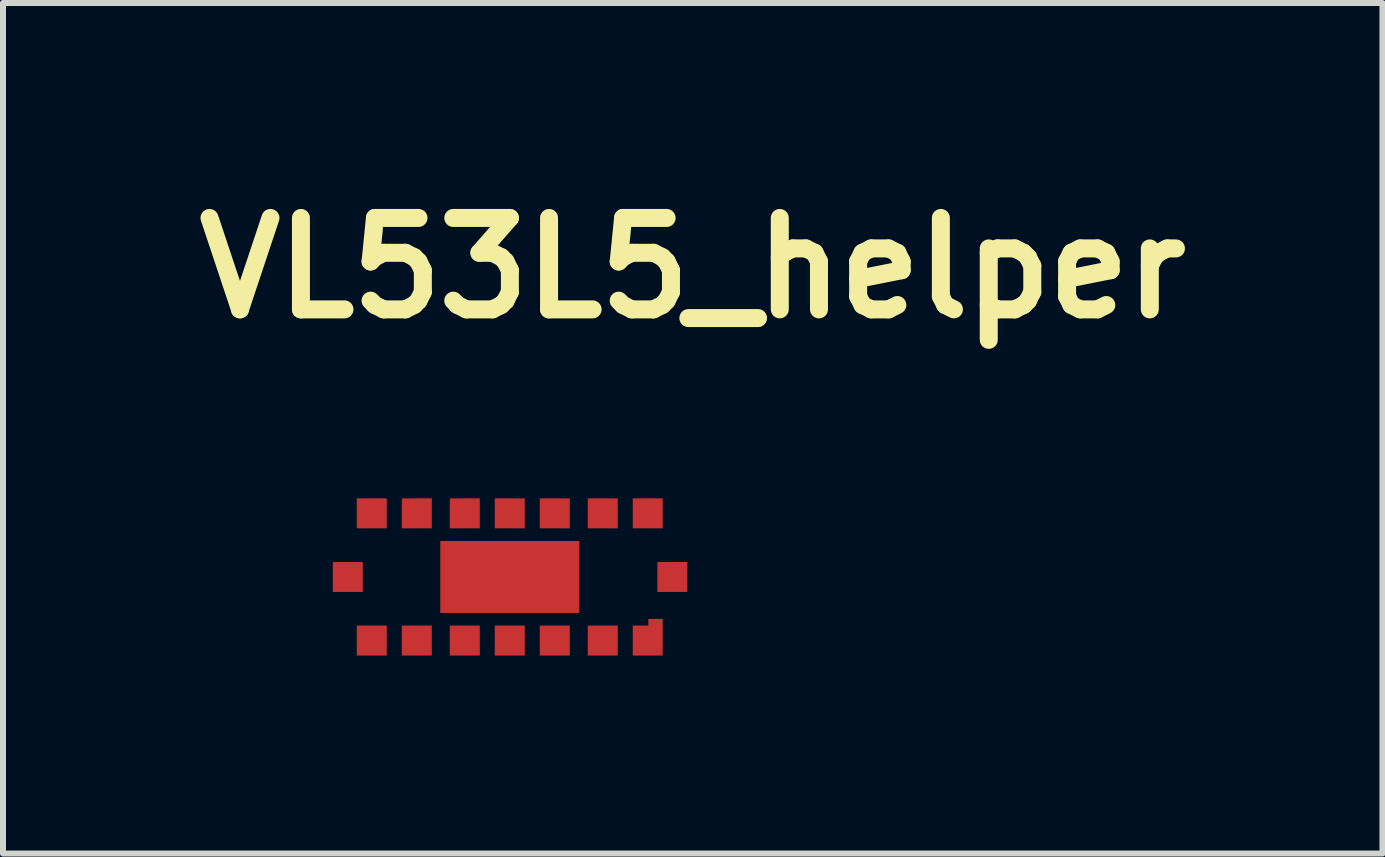
<source format=kicad_pcb>
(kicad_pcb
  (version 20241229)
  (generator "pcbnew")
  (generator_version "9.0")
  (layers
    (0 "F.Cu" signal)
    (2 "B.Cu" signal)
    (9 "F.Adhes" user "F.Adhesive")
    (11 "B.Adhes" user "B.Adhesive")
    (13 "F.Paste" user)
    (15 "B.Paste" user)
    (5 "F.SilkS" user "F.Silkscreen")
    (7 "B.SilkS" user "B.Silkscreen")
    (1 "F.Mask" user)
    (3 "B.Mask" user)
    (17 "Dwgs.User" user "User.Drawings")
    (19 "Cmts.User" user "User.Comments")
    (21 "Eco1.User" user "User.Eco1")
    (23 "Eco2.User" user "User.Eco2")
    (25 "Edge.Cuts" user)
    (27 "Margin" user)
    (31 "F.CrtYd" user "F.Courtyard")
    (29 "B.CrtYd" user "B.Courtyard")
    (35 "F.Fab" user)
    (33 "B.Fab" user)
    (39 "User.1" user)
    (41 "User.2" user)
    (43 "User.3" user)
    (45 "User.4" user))
  (footprint "VL53L5_helper"
    (layer "F.Cu")
    (at 5.448 6.568)
    (property "Reference" "VL53L5_helper" (at 3.05 -5.15 0) (layer "F.SilkS") (effects (font (size 1.524 1.524) (thickness 0.3))))
    (attr through_hole)
    (fp_poly (pts (xy -4.178 0.514) (xy -4.185 0.521) (xy -4.191 0.514) (xy -4.185 0.508) (xy -4.178 0.514)) (stroke (width 0.01) (type solid)) (fill no) (layer "Eco2.User"))
    (fp_poly (pts (xy -1.326 0.922) (xy -1.324 0.942) (xy -1.327 0.947) (xy -1.333 0.943) (xy -1.333 0.93) (xy -1.33 0.916) (xy -1.326 0.922)) (stroke (width 0.01) (type solid)) (fill no) (layer "Eco2.User"))
    (fp_poly (pts (xy -1.313 0.985) (xy -1.312 1.011) (xy -1.313 1.017) (xy -1.318 1.018) (xy -1.32 1.001) (xy -1.318 0.983) (xy -1.313 0.985)) (stroke (width 0.01) (type solid)) (fill no) (layer "Eco2.User"))
    (fp_poly (pts (xy -1.288 1.074) (xy -1.286 1.1) (xy -1.288 1.106) (xy -1.293 1.107) (xy -1.294 1.09) (xy -1.292 1.072) (xy -1.288 1.074)) (stroke (width 0.01) (type solid)) (fill no) (layer "Eco2.User"))
    (fp_poly (pts (xy 1.125 1.589) (xy 1.127 1.604) (xy 1.125 1.606) (xy 1.118 1.605) (xy 1.117 1.598) (xy 1.121 1.587) (xy 1.125 1.589)) (stroke (width 0.01) (type solid)) (fill no) (layer "Eco2.User"))
    (fp_poly (pts (xy 1.333 0.931) (xy 1.34 0.946) (xy 1.338 0.951) (xy 1.326 0.962) (xy 1.32 0.949) (xy 1.32 0.943) (xy 1.326 0.93) (xy 1.333 0.931)) (stroke (width 0.01) (type solid)) (fill no) (layer "Eco2.User"))
    (fp_poly (pts (xy 1.356 0.883) (xy 1.358 0.892) (xy 1.354 0.911) (xy 1.343 0.905) (xy 1.339 0.9) (xy 1.341 0.884) (xy 1.345 0.88) (xy 1.356 0.883)) (stroke (width 0.01) (type solid)) (fill no) (layer "Eco2.User"))
    (fp_poly (pts (xy 0.871 -0.998) (xy 0.904 -0.989) (xy 0.911 -0.983) (xy 0.893 -0.98) (xy 0.885 -0.98) (xy 0.857 -0.985) (xy 0.843 -0.994) (xy 0.847 -1.001) (xy 0.871 -0.998)) (stroke (width 0.01) (type solid)) (fill no) (layer "Eco2.User"))
    (fp_poly (pts (xy -2.064 1.023) (xy -2.061 1.046) (xy -2.059 1.09) (xy -2.062 1.137) (xy -2.062 1.137) (xy -2.065 1.158) (xy -2.067 1.156) (xy -2.068 1.13) (xy -2.069 1.113) (xy -2.073 1.068) (xy -2.081 1.04) (xy -2.087 1.035) (xy -2.095 1.026) (xy -2.084 1.015) (xy -2.071 1.01) (xy -2.064 1.023)) (stroke (width 0.01) (type solid)) (fill no) (layer "Eco2.User"))
    (fp_poly (pts (xy -2.169 -1.165) (xy -2.162 -1.141) (xy -2.16 -1.094) (xy -2.16 -1.088) (xy -2.162 -1.045) (xy -2.166 -1.016) (xy -2.173 -1.006) (xy -2.18 -1.017) (xy -2.184 -1.047) (xy -2.185 -1.076) (xy -2.187 -1.117) (xy -2.192 -1.137) (xy -2.201 -1.137) (xy -2.201 -1.137) (xy -2.209 -1.136) (xy -2.2 -1.149) (xy -2.181 -1.167) (xy -2.169 -1.165)) (stroke (width 0.01) (type solid)) (fill no) (layer "Eco2.User"))
    (fp_poly (pts (xy -2.563 -0.061) (xy -2.556 -0.038) (xy -2.554 0.008) (xy -2.554 0.023) (xy -2.555 0.069) (xy -2.56 0.1) (xy -2.566 0.112) (xy -2.566 0.112) (xy -2.573 0.1) (xy -2.578 0.07) (xy -2.579 0.035) (xy -2.58 -0.008) (xy -2.585 -0.03) (xy -2.593 -0.033) (xy -2.595 -0.032) (xy -2.603 -0.031) (xy -2.593 -0.044) (xy -2.575 -0.062) (xy -2.563 -0.061)) (stroke (width 0.01) (type solid)) (fill no) (layer "Eco2.User"))
    (fp_poly (pts (xy 2.416 -1.156) (xy 2.436 -1.153) (xy 2.438 -1.151) (xy 2.432 -1.137) (xy 2.419 -1.108) (xy 2.412 -1.095) (xy 2.396 -1.056) (xy 2.387 -1.02) (xy 2.387 -1.013) (xy 2.382 -0.988) (xy 2.374 -0.98) (xy 2.364 -0.991) (xy 2.361 -1.006) (xy 2.366 -1.035) (xy 2.378 -1.072) (xy 2.38 -1.078) (xy 2.395 -1.115) (xy 2.397 -1.135) (xy 2.386 -1.145) (xy 2.364 -1.149) (xy 2.35 -1.152) (xy 2.36 -1.155) (xy 2.384 -1.156) (xy 2.416 -1.156)) (stroke (width 0.01) (type solid)) (fill no) (layer "Eco2.User"))
    (fp_poly (pts (xy 2.419 0.99) (xy 2.436 0.994) (xy 2.438 0.995) (xy 2.432 1.01) (xy 2.419 1.038) (xy 2.414 1.049) (xy 2.396 1.091) (xy 2.382 1.132) (xy 2.381 1.137) (xy 2.371 1.164) (xy 2.36 1.179) (xy 2.351 1.178) (xy 2.349 1.166) (xy 2.353 1.147) (xy 2.363 1.114) (xy 2.373 1.083) (xy 2.397 1.014) (xy 2.367 1.014) (xy 2.343 1.009) (xy 2.336 1.001) (xy 2.347 0.993) (xy 2.375 0.989) (xy 2.387 0.988) (xy 2.419 0.99)) (stroke (width 0.01) (type solid)) (fill no) (layer "Eco2.User"))
    (fp_poly (pts (xy 2.851 -0.077) (xy 2.866 -0.067) (xy 2.864 -0.046) (xy 2.847 -0.008) (xy 2.844 -0.002) (xy 2.828 0.034) (xy 2.819 0.066) (xy 2.818 0.073) (xy 2.813 0.097) (xy 2.806 0.106) (xy 2.796 0.101) (xy 2.793 0.082) (xy 2.798 0.05) (xy 2.81 0.011) (xy 2.812 0.006) (xy 2.826 -0.029) (xy 2.829 -0.046) (xy 2.819 -0.052) (xy 2.799 -0.053) (xy 2.776 -0.058) (xy 2.768 -0.066) (xy 2.779 -0.074) (xy 2.807 -0.078) (xy 2.818 -0.079) (xy 2.851 -0.077)) (stroke (width 0.01) (type solid)) (fill no) (layer "Eco2.User"))
    (fp_poly (pts (xy -1.404 0.997) (xy -1.377 1.021) (xy -1.368 1.039) (xy -1.371 1.057) (xy -1.386 1.084) (xy -1.397 1.1) (xy -1.435 1.152) (xy -1.401 1.164) (xy -1.381 1.172) (xy -1.381 1.176) (xy -1.404 1.177) (xy -1.42 1.178) (xy -1.454 1.175) (xy -1.472 1.169) (xy -1.474 1.165) (xy -1.465 1.149) (xy -1.443 1.126) (xy -1.436 1.12) (xy -1.406 1.085) (xy -1.398 1.049) (xy -1.4 1.023) (xy -1.411 1.015) (xy -1.438 1.018) (xy -1.463 1.022) (xy -1.469 1.018) (xy -1.461 1.007) (xy -1.434 0.992) (xy -1.404 0.997)) (stroke (width 0.01) (type solid)) (fill no) (layer "Eco2.User"))
    (fp_poly (pts (xy 0.924 -1.155) (xy 0.926 -1.152) (xy 0.913 -1.149) (xy 0.88 -1.135) (xy 0.864 -1.111) (xy 0.863 -1.106) (xy 0.873 -1.097) (xy 0.894 -1.089) (xy 0.923 -1.074) (xy 0.942 -1.05) (xy 0.946 -1.026) (xy 0.94 -1.014) (xy 0.93 -1.011) (xy 0.926 -1.03) (xy 0.926 -1.037) (xy 0.924 -1.06) (xy 0.914 -1.068) (xy 0.887 -1.066) (xy 0.88 -1.065) (xy 0.851 -1.062) (xy 0.84 -1.067) (xy 0.842 -1.083) (xy 0.842 -1.086) (xy 0.848 -1.119) (xy 0.85 -1.136) (xy 0.856 -1.151) (xy 0.877 -1.156) (xy 0.898 -1.156) (xy 0.924 -1.155)) (stroke (width 0.01) (type solid)) (fill no) (layer "Eco2.User"))
    (fp_poly (pts (xy 0.122 1.012) (xy 0.126 1.041) (xy 0.126 1.057) (xy 0.129 1.093) (xy 0.136 1.118) (xy 0.139 1.122) (xy 0.145 1.136) (xy 0.138 1.148) (xy 0.118 1.164) (xy 0.104 1.163) (xy 0.101 1.153) (xy 0.09 1.144) (xy 0.063 1.141) (xy 0.026 1.141) (xy 0.051 1.097) (xy 0.067 1.097) (xy 0.07 1.117) (xy 0.083 1.123) (xy 0.096 1.112) (xy 0.101 1.089) (xy 0.096 1.069) (xy 0.089 1.064) (xy 0.075 1.075) (xy 0.067 1.097) (xy 0.051 1.097) (xy 0.066 1.071) (xy 0.089 1.035) (xy 0.107 1.01) (xy 0.117 1.001) (xy 0.122 1.012)) (stroke (width 0.01) (type solid)) (fill no) (layer "Eco2.User"))
    (fp_poly (pts (xy -2.309 -1.179) (xy -2.281 -1.158) (xy -2.268 -1.14) (xy -2.271 -1.133) (xy -2.291 -1.142) (xy -2.293 -1.145) (xy -2.313 -1.156) (xy -2.342 -1.157) (xy -2.369 -1.147) (xy -2.373 -1.143) (xy -2.384 -1.12) (xy -2.389 -1.088) (xy -2.384 -1.055) (xy -2.373 -1.034) (xy -2.349 -1.021) (xy -2.319 -1.019) (xy -2.296 -1.028) (xy -2.293 -1.031) (xy -2.275 -1.043) (xy -2.271 -1.044) (xy -2.268 -1.036) (xy -2.281 -1.018) (xy -2.315 -0.996) (xy -2.352 -0.998) (xy -2.386 -1.022) (xy -2.41 -1.063) (xy -2.411 -1.108) (xy -2.392 -1.148) (xy -2.385 -1.156) (xy -2.346 -1.18) (xy -2.309 -1.179)) (stroke (width 0.01) (type solid)) (fill no) (layer "Eco2.User"))
    (fp_poly (pts (xy -1.364 -1.171) (xy -1.343 -1.15) (xy -1.34 -1.144) (xy -1.341 -1.118) (xy -1.36 -1.084) (xy -1.372 -1.068) (xy -1.412 -1.018) (xy -1.38 -1.018) (xy -1.353 -1.014) (xy -1.341 -1.006) (xy -1.347 -0.998) (xy -1.374 -0.993) (xy -1.391 -0.993) (xy -1.425 -0.995) (xy -1.446 -1) (xy -1.449 -1.003) (xy -1.44 -1.017) (xy -1.419 -1.042) (xy -1.404 -1.056) (xy -1.375 -1.092) (xy -1.36 -1.124) (xy -1.36 -1.13) (xy -1.363 -1.151) (xy -1.378 -1.157) (xy -1.398 -1.155) (xy -1.427 -1.155) (xy -1.436 -1.163) (xy -1.424 -1.177) (xy -1.423 -1.178) (xy -1.395 -1.182) (xy -1.364 -1.171)) (stroke (width 0.01) (type solid)) (fill no) (layer "Eco2.User"))
    (fp_poly (pts (xy -0.611 -1.165) (xy -0.61 -1.164) (xy -0.593 -1.139) (xy -0.597 -1.122) (xy -0.6 -1.094) (xy -0.594 -1.08) (xy -0.588 -1.052) (xy -0.599 -1.024) (xy -0.621 -1.002) (xy -0.648 -0.991) (xy -0.674 -0.998) (xy -0.678 -1.001) (xy -0.686 -1.017) (xy -0.672 -1.023) (xy -0.649 -1.021) (xy -0.622 -1.02) (xy -0.612 -1.03) (xy -0.611 -1.044) (xy -0.62 -1.075) (xy -0.633 -1.09) (xy -0.645 -1.103) (xy -0.639 -1.107) (xy -0.626 -1.118) (xy -0.623 -1.134) (xy -0.628 -1.153) (xy -0.646 -1.156) (xy -0.655 -1.155) (xy -0.679 -1.154) (xy -0.683 -1.163) (xy -0.667 -1.179) (xy -0.639 -1.179) (xy -0.611 -1.165)) (stroke (width 0.01) (type solid)) (fill no) (layer "Eco2.User"))
    (fp_poly (pts (xy 0.764 -1.152) (xy 0.787 -1.138) (xy 0.798 -1.121) (xy 0.795 -1.111) (xy 0.782 -1.113) (xy 0.77 -1.125) (xy 0.745 -1.143) (xy 0.717 -1.138) (xy 0.692 -1.113) (xy 0.687 -1.104) (xy 0.68 -1.069) (xy 0.686 -1.036) (xy 0.704 -1.01) (xy 0.727 -0.995) (xy 0.752 -0.997) (xy 0.77 -1.013) (xy 0.786 -1.027) (xy 0.796 -1.026) (xy 0.799 -1.011) (xy 0.783 -0.998) (xy 0.756 -0.987) (xy 0.726 -0.983) (xy 0.698 -0.986) (xy 0.689 -0.99) (xy 0.67 -1.013) (xy 0.657 -1.049) (xy 0.654 -1.083) (xy 0.655 -1.091) (xy 0.68 -1.133) (xy 0.716 -1.155) (xy 0.736 -1.158) (xy 0.764 -1.152)) (stroke (width 0.01) (type solid)) (fill no) (layer "Eco2.User"))
    (fp_poly (pts (xy 1.514 -1.152) (xy 1.537 -1.138) (xy 1.547 -1.121) (xy 1.544 -1.111) (xy 1.531 -1.113) (xy 1.519 -1.125) (xy 1.494 -1.143) (xy 1.466 -1.138) (xy 1.442 -1.113) (xy 1.437 -1.104) (xy 1.429 -1.069) (xy 1.436 -1.036) (xy 1.453 -1.01) (xy 1.476 -0.995) (xy 1.501 -0.997) (xy 1.519 -1.013) (xy 1.536 -1.027) (xy 1.545 -1.026) (xy 1.548 -1.011) (xy 1.532 -0.998) (xy 1.506 -0.987) (xy 1.475 -0.983) (xy 1.447 -0.986) (xy 1.438 -0.99) (xy 1.419 -1.013) (xy 1.406 -1.049) (xy 1.403 -1.083) (xy 1.405 -1.091) (xy 1.43 -1.133) (xy 1.466 -1.155) (xy 1.485 -1.158) (xy 1.514 -1.152)) (stroke (width 0.01) (type solid)) (fill no) (layer "Eco2.User"))
    (fp_poly (pts (xy 2.263 -1.152) (xy 2.286 -1.138) (xy 2.297 -1.121) (xy 2.293 -1.111) (xy 2.28 -1.113) (xy 2.268 -1.125) (xy 2.244 -1.143) (xy 2.216 -1.138) (xy 2.191 -1.113) (xy 2.186 -1.104) (xy 2.178 -1.069) (xy 2.185 -1.036) (xy 2.202 -1.01) (xy 2.225 -0.995) (xy 2.25 -0.997) (xy 2.268 -1.013) (xy 2.284 -1.028) (xy 2.293 -1.027) (xy 2.293 -1.012) (xy 2.285 -1) (xy 2.26 -0.985) (xy 2.224 -0.981) (xy 2.191 -0.988) (xy 2.187 -0.99) (xy 2.169 -1.013) (xy 2.155 -1.049) (xy 2.152 -1.083) (xy 2.154 -1.091) (xy 2.179 -1.133) (xy 2.215 -1.155) (xy 2.235 -1.158) (xy 2.263 -1.152)) (stroke (width 0.01) (type solid)) (fill no) (layer "Eco2.User"))
    (fp_poly (pts (xy -1.522 -1.179) (xy -1.493 -1.158) (xy -1.478 -1.14) (xy -1.481 -1.133) (xy -1.491 -1.133) (xy -1.509 -1.139) (xy -1.512 -1.145) (xy -1.522 -1.156) (xy -1.546 -1.158) (xy -1.572 -1.152) (xy -1.586 -1.143) (xy -1.598 -1.117) (xy -1.6 -1.08) (xy -1.594 -1.046) (xy -1.586 -1.034) (xy -1.556 -1.02) (xy -1.522 -1.023) (xy -1.499 -1.038) (xy -1.483 -1.051) (xy -1.477 -1.051) (xy -1.478 -1.037) (xy -1.494 -1.018) (xy -1.517 -1.002) (xy -1.541 -0.993) (xy -1.544 -0.993) (xy -1.572 -1.002) (xy -1.599 -1.022) (xy -1.622 -1.063) (xy -1.624 -1.108) (xy -1.604 -1.148) (xy -1.597 -1.156) (xy -1.559 -1.18) (xy -1.522 -1.179)) (stroke (width 0.01) (type solid)) (fill no) (layer "Eco2.User"))
    (fp_poly (pts (xy -0.773 -1.179) (xy -0.744 -1.158) (xy -0.729 -1.14) (xy -0.732 -1.133) (xy -0.742 -1.133) (xy -0.76 -1.139) (xy -0.763 -1.145) (xy -0.773 -1.156) (xy -0.796 -1.158) (xy -0.822 -1.152) (xy -0.837 -1.143) (xy -0.848 -1.117) (xy -0.851 -1.08) (xy -0.844 -1.046) (xy -0.837 -1.034) (xy -0.807 -1.02) (xy -0.773 -1.023) (xy -0.75 -1.038) (xy -0.734 -1.051) (xy -0.727 -1.051) (xy -0.728 -1.037) (xy -0.744 -1.018) (xy -0.768 -1.002) (xy -0.792 -0.993) (xy -0.794 -0.993) (xy -0.822 -1.002) (xy -0.85 -1.022) (xy -0.873 -1.063) (xy -0.875 -1.108) (xy -0.855 -1.148) (xy -0.848 -1.156) (xy -0.809 -1.18) (xy -0.773 -1.179)) (stroke (width 0.01) (type solid)) (fill no) (layer "Eco2.User"))
    (fp_poly (pts (xy 0.895 0.993) (xy 0.899 1.004) (xy 0.881 1.014) (xy 0.872 1.016) (xy 0.85 1.026) (xy 0.839 1.043) (xy 0.843 1.059) (xy 0.86 1.064) (xy 0.886 1.074) (xy 0.912 1.095) (xy 0.926 1.119) (xy 0.926 1.124) (xy 0.915 1.15) (xy 0.888 1.168) (xy 0.853 1.175) (xy 0.828 1.17) (xy 0.811 1.159) (xy 0.815 1.151) (xy 0.834 1.151) (xy 0.846 1.154) (xy 0.879 1.16) (xy 0.897 1.146) (xy 0.898 1.12) (xy 0.887 1.103) (xy 0.86 1.098) (xy 0.853 1.098) (xy 0.823 1.094) (xy 0.812 1.078) (xy 0.816 1.045) (xy 0.824 1.021) (xy 0.843 0.994) (xy 0.869 0.988) (xy 0.895 0.993)) (stroke (width 0.01) (type solid)) (fill no) (layer "Eco2.User"))
    (fp_poly (pts (xy 1.662 0.994) (xy 1.675 1.008) (xy 1.665 1.018) (xy 1.641 1.02) (xy 1.611 1.028) (xy 1.602 1.042) (xy 1.606 1.06) (xy 1.628 1.064) (xy 1.66 1.075) (xy 1.679 1.101) (xy 1.681 1.134) (xy 1.674 1.152) (xy 1.655 1.17) (xy 1.632 1.179) (xy 1.616 1.175) (xy 1.612 1.166) (xy 1.623 1.155) (xy 1.636 1.153) (xy 1.661 1.144) (xy 1.669 1.12) (xy 1.663 1.103) (xy 1.644 1.091) (xy 1.621 1.097) (xy 1.603 1.118) (xy 1.599 1.128) (xy 1.591 1.16) (xy 1.581 1.13) (xy 1.576 1.085) (xy 1.585 1.041) (xy 1.607 1.009) (xy 1.617 1.001) (xy 1.645 0.992) (xy 1.662 0.994)) (stroke (width 0.01) (type solid)) (fill no) (layer "Eco2.User"))
    (fp_poly (pts (xy -2.408 -0.275) (xy -2.408 0.283) (xy -2.684 0.287) (xy -2.96 0.29) (xy -2.96 0.131) (xy -2.933 0.131) (xy -2.932 0.185) (xy -2.931 0.221) (xy -2.929 0.235) (xy -2.92 0.241) (xy -2.898 0.246) (xy -2.86 0.249) (xy -2.803 0.251) (xy -2.724 0.251) (xy -2.691 0.251) (xy -2.616 0.251) (xy -2.549 0.249) (xy -2.495 0.247) (xy -2.458 0.244) (xy -2.442 0.241) (xy -2.436 0.231) (xy -2.432 0.208) (xy -2.43 0.168) (xy -2.429 0.11) (xy -2.429 0.03) (xy -2.429 -0.003) (xy -2.433 -0.237) (xy -2.928 -0.237) (xy -2.932 -0.009) (xy -2.933 0.065) (xy -2.933 0.131) (xy -2.96 0.131) (xy -2.96 -0.282) (xy -2.408 -0.275)) (stroke (width 0.01) (type solid)) (fill no) (layer "Eco2.User"))
    (fp_poly (pts (xy -0.624 0.998) (xy -0.607 1.021) (xy -0.602 1.046) (xy -0.605 1.053) (xy -0.606 1.073) (xy -0.597 1.097) (xy -0.591 1.13) (xy -0.604 1.157) (xy -0.632 1.174) (xy -0.668 1.175) (xy -0.684 1.17) (xy -0.699 1.158) (xy -0.695 1.15) (xy -0.674 1.151) (xy -0.671 1.152) (xy -0.642 1.158) (xy -0.626 1.157) (xy -0.612 1.141) (xy -0.613 1.117) (xy -0.629 1.095) (xy -0.637 1.089) (xy -0.655 1.077) (xy -0.651 1.067) (xy -0.641 1.059) (xy -0.626 1.039) (xy -0.633 1.024) (xy -0.655 1.017) (xy -0.671 1.02) (xy -0.693 1.024) (xy -0.694 1.017) (xy -0.687 1.008) (xy -0.663 0.991) (xy -0.647 0.988) (xy -0.624 0.998)) (stroke (width 0.01) (type solid)) (fill no) (layer "Eco2.User"))
    (fp_poly (pts (xy -0.031 1.025) (xy -0.012 1.071) (xy -0.003 1.095) (xy 0.013 1.14) (xy 0.019 1.168) (xy 0.016 1.177) (xy 0.003 1.164) (xy -0.003 1.155) (xy -0.028 1.134) (xy -0.06 1.128) (xy -0.089 1.138) (xy -0.101 1.15) (xy -0.114 1.169) (xy -0.12 1.167) (xy -0.118 1.148) (xy -0.109 1.115) (xy -0.098 1.082) (xy -0.076 1.082) (xy -0.067 1.099) (xy -0.052 1.103) (xy -0.031 1.099) (xy -0.026 1.095) (xy -0.032 1.08) (xy -0.04 1.062) (xy -0.053 1.045) (xy -0.063 1.05) (xy -0.066 1.053) (xy -0.076 1.082) (xy -0.098 1.082) (xy -0.094 1.072) (xy -0.076 1.027) (xy -0.06 1.004) (xy -0.046 1.003) (xy -0.031 1.025)) (stroke (width 0.01) (type solid)) (fill no) (layer "Eco2.User"))
    (fp_poly (pts (xy -0.789 0.996) (xy -0.778 1.015) (xy -0.764 1.048) (xy -0.75 1.087) (xy -0.737 1.127) (xy -0.729 1.158) (xy -0.728 1.173) (xy -0.728 1.174) (xy -0.739 1.17) (xy -0.75 1.154) (xy -0.774 1.133) (xy -0.806 1.128) (xy -0.836 1.14) (xy -0.85 1.156) (xy -0.859 1.172) (xy -0.861 1.168) (xy -0.857 1.141) (xy -0.857 1.141) (xy -0.847 1.102) (xy -0.843 1.09) (xy -0.825 1.09) (xy -0.815 1.101) (xy -0.801 1.103) (xy -0.78 1.095) (xy -0.776 1.084) (xy -0.783 1.063) (xy -0.8 1.056) (xy -0.815 1.066) (xy -0.825 1.09) (xy -0.843 1.09) (xy -0.833 1.061) (xy -0.816 1.026) (xy -0.801 1.002) (xy -0.79 0.995) (xy -0.789 0.996)) (stroke (width 0.01) (type solid)) (fill no) (layer "Eco2.User"))
    (fp_poly (pts (xy 0.121 -0.055) (xy 0.126 -0.026) (xy 0.126 -0.009) (xy 0.129 0.026) (xy 0.135 0.051) (xy 0.139 0.055) (xy 0.142 0.069) (xy 0.133 0.081) (xy 0.111 0.098) (xy 0.101 0.093) (xy 0.101 0.086) (xy 0.09 0.077) (xy 0.07 0.074) (xy 0.043 0.069) (xy 0.031 0.061) (xy 0.031 0.049) (xy 0.034 0.048) (xy 0.046 0.038) (xy 0.05 0.031) (xy 0.065 0.031) (xy 0.068 0.046) (xy 0.082 0.048) (xy 0.097 0.037) (xy 0.1 0.013) (xy 0.099 -0.01) (xy 0.093 -0.011) (xy 0.081 0.003) (xy 0.065 0.031) (xy 0.05 0.031) (xy 0.063 0.011) (xy 0.074 -0.009) (xy 0.092 -0.042) (xy 0.108 -0.062) (xy 0.114 -0.066) (xy 0.121 -0.055)) (stroke (width 0.01) (type solid)) (fill no) (layer "Eco2.User"))
    (fp_poly (pts (xy 1.658 -1.153) (xy 1.667 -1.145) (xy 1.673 -1.135) (xy 1.659 -1.137) (xy 1.652 -1.139) (xy 1.622 -1.14) (xy 1.611 -1.131) (xy 1.6 -1.104) (xy 1.604 -1.088) (xy 1.62 -1.087) (xy 1.645 -1.085) (xy 1.671 -1.067) (xy 1.687 -1.042) (xy 1.688 -1.032) (xy 1.677 -1.001) (xy 1.649 -0.984) (xy 1.632 -0.982) (xy 1.615 -0.984) (xy 1.622 -0.987) (xy 1.634 -0.989) (xy 1.656 -1) (xy 1.663 -1.025) (xy 1.663 -1.033) (xy 1.66 -1.059) (xy 1.647 -1.068) (xy 1.634 -1.067) (xy 1.61 -1.054) (xy 1.598 -1.025) (xy 1.591 -0.987) (xy 1.58 -1.037) (xy 1.579 -1.08) (xy 1.589 -1.118) (xy 1.608 -1.146) (xy 1.633 -1.159) (xy 1.658 -1.153)) (stroke (width 0.01) (type solid)) (fill no) (layer "Eco2.User"))
    (fp_poly (pts (xy 0.718 1) (xy 0.732 1.026) (xy 0.747 1.062) (xy 0.761 1.101) (xy 0.77 1.137) (xy 0.771 1.161) (xy 0.771 1.162) (xy 0.767 1.176) (xy 0.762 1.167) (xy 0.759 1.156) (xy 0.746 1.135) (xy 0.719 1.128) (xy 0.711 1.128) (xy 0.679 1.134) (xy 0.664 1.147) (xy 0.653 1.165) (xy 0.644 1.162) (xy 0.644 1.142) (xy 0.647 1.131) (xy 0.664 1.082) (xy 0.686 1.082) (xy 0.695 1.099) (xy 0.711 1.103) (xy 0.73 1.098) (xy 0.73 1.08) (xy 0.729 1.074) (xy 0.718 1.045) (xy 0.708 1.04) (xy 0.697 1.052) (xy 0.686 1.082) (xy 0.664 1.082) (xy 0.67 1.064) (xy 0.689 1.018) (xy 0.703 0.994) (xy 0.707 0.991) (xy 0.718 1)) (stroke (width 0.01) (type solid)) (fill no) (layer "Eco2.User"))
    (fp_poly (pts (xy -1.552 1.014) (xy -1.536 1.055) (xy -1.53 1.077) (xy -1.516 1.116) (xy -1.504 1.144) (xy -1.496 1.153) (xy -1.487 1.163) (xy -1.487 1.166) (xy -1.493 1.179) (xy -1.507 1.175) (xy -1.52 1.158) (xy -1.521 1.153) (xy -1.537 1.134) (xy -1.566 1.128) (xy -1.598 1.133) (xy -1.622 1.15) (xy -1.635 1.162) (xy -1.639 1.154) (xy -1.634 1.13) (xy -1.622 1.098) (xy -1.618 1.089) (xy -1.599 1.089) (xy -1.596 1.1) (xy -1.576 1.103) (xy -1.555 1.096) (xy -1.55 1.087) (xy -1.557 1.062) (xy -1.562 1.053) (xy -1.573 1.044) (xy -1.584 1.057) (xy -1.587 1.062) (xy -1.599 1.089) (xy -1.618 1.089) (xy -1.605 1.058) (xy -1.59 1.022) (xy -1.578 0.999) (xy -1.565 0.996) (xy -1.552 1.014)) (stroke (width 0.01) (type solid)) (fill no) (layer "Eco2.User"))
    (fp_poly (pts (xy 1.493 1.005) (xy 1.509 1.031) (xy 1.529 1.081) (xy 1.534 1.095) (xy 1.549 1.14) (xy 1.555 1.168) (xy 1.552 1.177) (xy 1.54 1.164) (xy 1.534 1.155) (xy 1.513 1.137) (xy 1.484 1.128) (xy 1.456 1.128) (xy 1.437 1.137) (xy 1.434 1.147) (xy 1.427 1.164) (xy 1.42 1.166) (xy 1.412 1.157) (xy 1.415 1.144) (xy 1.424 1.12) (xy 1.439 1.082) (xy 1.455 1.082) (xy 1.455 1.093) (xy 1.469 1.1) (xy 1.492 1.102) (xy 1.508 1.099) (xy 1.51 1.095) (xy 1.505 1.08) (xy 1.497 1.063) (xy 1.485 1.045) (xy 1.475 1.049) (xy 1.466 1.06) (xy 1.455 1.082) (xy 1.439 1.082) (xy 1.439 1.082) (xy 1.449 1.054) (xy 1.465 1.017) (xy 1.479 1) (xy 1.493 1.005)) (stroke (width 0.01) (type solid)) (fill no) (layer "Eco2.User"))
    (fp_poly (pts (xy 2.234 0.994) (xy 2.244 1.01) (xy 2.257 1.041) (xy 2.271 1.08) (xy 2.283 1.121) (xy 2.292 1.155) (xy 2.293 1.174) (xy 2.292 1.176) (xy 2.283 1.172) (xy 2.277 1.156) (xy 2.265 1.136) (xy 2.239 1.128) (xy 2.228 1.128) (xy 2.192 1.134) (xy 2.178 1.149) (xy 2.168 1.163) (xy 2.164 1.163) (xy 2.164 1.149) (xy 2.171 1.119) (xy 2.183 1.081) (xy 2.185 1.075) (xy 2.198 1.075) (xy 2.201 1.094) (xy 2.222 1.102) (xy 2.223 1.103) (xy 2.242 1.097) (xy 2.242 1.082) (xy 2.235 1.057) (xy 2.234 1.049) (xy 2.227 1.044) (xy 2.215 1.052) (xy 2.198 1.075) (xy 2.185 1.075) (xy 2.196 1.043) (xy 2.209 1.013) (xy 2.213 1.004) (xy 2.228 0.993) (xy 2.234 0.994)) (stroke (width 0.01) (type solid)) (fill no) (layer "Eco2.User"))
    (fp_poly (pts (xy -2.222 0.998) (xy -2.218 1.002) (xy -2.206 1.022) (xy -2.191 1.055) (xy -2.177 1.094) (xy -2.165 1.132) (xy -2.158 1.162) (xy -2.158 1.178) (xy -2.16 1.179) (xy -2.172 1.168) (xy -2.179 1.153) (xy -2.194 1.137) (xy -2.221 1.128) (xy -2.249 1.127) (xy -2.269 1.136) (xy -2.274 1.147) (xy -2.281 1.164) (xy -2.287 1.166) (xy -2.296 1.165) (xy -2.298 1.157) (xy -2.293 1.138) (xy -2.28 1.102) (xy -2.276 1.093) (xy -2.273 1.086) (xy -2.254 1.086) (xy -2.242 1.1) (xy -2.223 1.103) (xy -2.207 1.099) (xy -2.207 1.086) (xy -2.213 1.071) (xy -2.224 1.05) (xy -2.234 1.05) (xy -2.243 1.061) (xy -2.254 1.086) (xy -2.273 1.086) (xy -2.261 1.053) (xy -2.248 1.019) (xy -2.244 1.008) (xy -2.235 0.992) (xy -2.222 0.998)) (stroke (width 0.01) (type solid)) (fill no) (layer "Eco2.User"))
    (fp_poly (pts (xy -2.699 -0.071) (xy -2.675 -0.05) (xy -2.673 -0.02) (xy -2.674 -0.017) (xy -2.675 0.007) (xy -2.668 0.016) (xy -2.653 0.037) (xy -2.658 0.062) (xy -2.677 0.086) (xy -2.706 0.105) (xy -2.742 0.112) (xy -2.782 0.112) (xy -2.782 0.055) (xy -2.769 0.055) (xy -2.767 0.077) (xy -2.753 0.085) (xy -2.728 0.084) (xy -2.698 0.077) (xy -2.687 0.061) (xy -2.687 0.055) (xy -2.694 0.036) (xy -2.718 0.027) (xy -2.728 0.025) (xy -2.757 0.025) (xy -2.768 0.035) (xy -2.769 0.055) (xy -2.782 0.055) (xy -2.782 -0.02) (xy -2.765 -0.02) (xy -2.747 -0.006) (xy -2.724 -0.002) (xy -2.7 -0.009) (xy -2.693 -0.028) (xy -2.701 -0.048) (xy -2.724 -0.053) (xy -2.751 -0.049) (xy -2.763 -0.041) (xy -2.765 -0.02) (xy -2.782 -0.02) (xy -2.782 -0.079) (xy -2.739 -0.079) (xy -2.699 -0.071)) (stroke (width 0.01) (type solid)) (fill no) (layer "Eco2.User"))
    (fp_poly (pts (xy -0.028 -0.073) (xy -0.001 -0.061) (xy 0.01 -0.043) (xy 0.003 -0.026) (xy -0.004 -0.005) (xy 0.004 0.024) (xy 0.011 0.064) (xy -0.004 0.091) (xy -0.04 0.106) (xy -0.063 0.109) (xy -0.116 0.113) (xy -0.114 0.055) (xy -0.09 0.055) (xy -0.086 0.077) (xy -0.068 0.086) (xy -0.052 0.086) (xy -0.024 0.083) (xy -0.015 0.069) (xy -0.014 0.055) (xy -0.018 0.032) (xy -0.035 0.024) (xy -0.052 0.023) (xy -0.079 0.026) (xy -0.089 0.041) (xy -0.09 0.055) (xy -0.114 0.055) (xy -0.111 -0.028) (xy -0.09 -0.028) (xy -0.085 -0.008) (xy -0.066 -0.004) (xy -0.055 -0.005) (xy -0.028 -0.014) (xy -0.02 -0.028) (xy -0.031 -0.044) (xy -0.055 -0.051) (xy -0.081 -0.05) (xy -0.089 -0.036) (xy -0.09 -0.028) (xy -0.111 -0.028) (xy -0.109 -0.072) (xy -0.063 -0.076) (xy -0.028 -0.073)) (stroke (width 0.01) (type solid)) (fill no) (layer "Eco2.User"))
    (fp_poly (pts (xy 2.693 -0.073) (xy 2.719 -0.056) (xy 2.726 -0.029) (xy 2.725 -0.023) (xy 2.725 0.008) (xy 2.731 0.026) (xy 2.736 0.058) (xy 2.721 0.087) (xy 2.69 0.107) (xy 2.659 0.112) (xy 2.63 0.111) (xy 2.615 0.109) (xy 2.614 0.109) (xy 2.613 0.095) (xy 2.612 0.063) (xy 2.612 0.055) (xy 2.628 0.055) (xy 2.631 0.077) (xy 2.645 0.085) (xy 2.669 0.084) (xy 2.699 0.077) (xy 2.71 0.061) (xy 2.711 0.055) (xy 2.704 0.036) (xy 2.68 0.027) (xy 2.669 0.025) (xy 2.641 0.025) (xy 2.63 0.035) (xy 2.628 0.055) (xy 2.612 0.055) (xy 2.611 0.02) (xy 2.611 0.017) (xy 2.61 -0.028) (xy 2.628 -0.028) (xy 2.634 -0.009) (xy 2.656 -0.003) (xy 2.666 -0.002) (xy 2.694 -0.006) (xy 2.704 -0.021) (xy 2.704 -0.028) (xy 2.698 -0.046) (xy 2.676 -0.053) (xy 2.666 -0.053) (xy 2.638 -0.049) (xy 2.628 -0.034) (xy 2.628 -0.028) (xy 2.61 -0.028) (xy 2.609 -0.072) (xy 2.651 -0.076) (xy 2.693 -0.073)) (stroke (width 0.01) (type solid)) (fill no) (layer "Eco2.User"))
    (fp_poly (pts (xy 0.172 -1.147) (xy 0.176 -1.118) (xy 0.177 -1.102) (xy 0.178 -1.064) (xy 0.182 -1.035) (xy 0.183 -1.029) (xy 0.182 -1.005) (xy 0.177 -0.993) (xy 0.165 -0.981) (xy 0.154 -0.991) (xy 0.151 -0.996) (xy 0.127 -1.013) (xy 0.092 -1.017) (xy 0.056 -1.006) (xy 0.044 -0.999) (xy 0.003 -0.982) (xy -0.039 -0.988) (xy -0.064 -1.006) (xy -0.085 -1.041) (xy -0.09 -1.082) (xy -0.078 -1.12) (xy -0.062 -1.138) (xy -0.03 -1.154) (xy -0.005 -1.158) (xy 0.02 -1.152) (xy 0.043 -1.137) (xy 0.057 -1.12) (xy 0.056 -1.109) (xy 0.043 -1.111) (xy 0.032 -1.123) (xy 0.004 -1.142) (xy -0.029 -1.142) (xy -0.049 -1.13) (xy -0.06 -1.105) (xy -0.064 -1.068) (xy -0.06 -1.031) (xy -0.049 -1.008) (xy -0.024 -0.995) (xy 0.005 -0.995) (xy 0.027 -1.007) (xy 0.029 -1.012) (xy 0.046 -1.028) (xy 0.059 -1.031) (xy 0.08 -1.042) (xy 0.08 -1.043) (xy 0.102 -1.043) (xy 0.107 -1.033) (xy 0.123 -1.033) (xy 0.142 -1.048) (xy 0.149 -1.066) (xy 0.147 -1.089) (xy 0.134 -1.093) (xy 0.117 -1.075) (xy 0.114 -1.07) (xy 0.102 -1.043) (xy 0.08 -1.043) (xy 0.105 -1.074) (xy 0.117 -1.095) (xy 0.139 -1.129) (xy 0.156 -1.152) (xy 0.165 -1.158) (xy 0.172 -1.147)) (stroke (width 0.01) (type solid)) (fill no) (layer "Eco2.User"))
    (fp_poly (pts (xy 2.99 0.283) (xy 2.736 0.286) (xy 2.644 0.287) (xy 2.574 0.286) (xy 2.523 0.285) (xy 2.489 0.281) (xy 2.468 0.276) (xy 2.459 0.272) (xy 2.452 0.264) (xy 2.446 0.252) (xy 2.443 0.232) (xy 2.44 0.2) (xy 2.439 0.154) (xy 2.439 0.089) (xy 2.44 0.009) (xy 2.449 0.009) (xy 2.45 0.076) (xy 2.452 0.137) (xy 2.455 0.189) (xy 2.46 0.226) (xy 2.465 0.243) (xy 2.466 0.243) (xy 2.483 0.245) (xy 2.522 0.247) (xy 2.577 0.249) (xy 2.644 0.25) (xy 2.711 0.251) (xy 2.804 0.25) (xy 2.873 0.249) (xy 2.92 0.245) (xy 2.948 0.241) (xy 2.956 0.236) (xy 2.96 0.219) (xy 2.964 0.182) (xy 2.968 0.13) (xy 2.97 0.068) (xy 2.971 0.001) (xy 2.972 -0.066) (xy 2.971 -0.127) (xy 2.969 -0.178) (xy 2.966 -0.213) (xy 2.963 -0.224) (xy 2.957 -0.231) (xy 2.944 -0.236) (xy 2.921 -0.24) (xy 2.883 -0.242) (xy 2.827 -0.243) (xy 2.751 -0.244) (xy 2.718 -0.244) (xy 2.624 -0.243) (xy 2.553 -0.241) (xy 2.504 -0.238) (xy 2.475 -0.233) (xy 2.465 -0.228) (xy 2.46 -0.21) (xy 2.455 -0.173) (xy 2.452 -0.12) (xy 2.45 -0.058) (xy 2.449 0.009) (xy 2.44 0.009) (xy 2.44 0.003) (xy 2.44 -0.01) (xy 2.444 -0.275) (xy 2.99 -0.275) (xy 2.99 0.283)) (stroke (width 0.01) (type solid)) (fill no) (layer "Eco2.User"))
    (fp_poly (pts (xy 1.218 0.645) (xy 0.02 0.645) (xy -0.183 0.645) (xy -0.362 0.645) (xy -0.518 0.645) (xy -0.653 0.645) (xy -0.769 0.644) (xy -0.867 0.643) (xy -0.949 0.643) (xy -1.015 0.642) (xy -1.068 0.64) (xy -1.109 0.639) (xy -1.14 0.637) (xy -1.161 0.634) (xy -1.175 0.632) (xy -1.183 0.629) (xy -1.187 0.626) (xy -1.187 0.625) (xy -1.189 0.608) (xy -1.19 0.569) (xy -1.191 0.51) (xy -1.192 0.436) (xy -1.193 0.348) (xy -1.194 0.25) (xy -1.194 0.145) (xy -1.194 0.037) (xy -1.194 -0.01) (xy -1.157 -0.01) (xy -1.156 0.111) (xy -1.156 0.224) (xy -1.155 0.327) (xy -1.154 0.417) (xy -1.153 0.492) (xy -1.152 0.55) (xy -1.15 0.586) (xy -1.149 0.6) (xy -1.146 0.603) (xy -1.138 0.606) (xy -1.125 0.609) (xy -1.104 0.611) (xy -1.074 0.613) (xy -1.033 0.615) (xy -0.981 0.616) (xy -0.914 0.617) (xy -0.833 0.618) (xy -0.736 0.619) (xy -0.62 0.619) (xy -0.484 0.62) (xy -0.328 0.62) (xy -0.149 0.62) (xy 0.019 0.62) (xy 1.18 0.62) (xy 1.187 0.591) (xy 1.188 0.573) (xy 1.189 0.532) (xy 1.19 0.471) (xy 1.191 0.393) (xy 1.191 0.3) (xy 1.191 0.195) (xy 1.191 0.08) (xy 1.19 -0.015) (xy 1.187 -0.593) (xy 0.015 -0.596) (xy -1.157 -0.599) (xy -1.157 -0.01) (xy -1.194 -0.01) (xy -1.194 -0.073) (xy -1.194 -0.18) (xy -1.193 -0.282) (xy -1.193 -0.375) (xy -1.192 -0.457) (xy -1.191 -0.525) (xy -1.189 -0.574) (xy -1.187 -0.603) (xy -1.187 -0.609) (xy -1.179 -0.637) (xy 1.218 -0.637) (xy 1.218 0.645)) (stroke (width 0.01) (type solid)) (fill no) (layer "Eco2.User"))
    (fp_poly (pts (xy -2.522 -1.542) (xy -2.518 -1.532) (xy -2.511 -1.525) (xy -2.498 -1.52) (xy -2.475 -1.517) (xy -2.439 -1.515) (xy -2.386 -1.514) (xy -2.313 -1.514) (xy -2.273 -1.514) (xy -2.189 -1.514) (xy -2.127 -1.515) (xy -2.084 -1.516) (xy -2.056 -1.519) (xy -2.041 -1.523) (xy -2.034 -1.529) (xy -2.033 -1.536) (xy -2.031 -1.551) (xy -2.024 -1.545) (xy -2.019 -1.536) (xy -2.009 -1.525) (xy -1.99 -1.518) (xy -1.958 -1.515) (xy -1.907 -1.514) (xy -1.889 -1.514) (xy -1.831 -1.513) (xy -1.794 -1.51) (xy -1.768 -1.504) (xy -1.75 -1.493) (xy -1.74 -1.485) (xy -1.729 -1.476) (xy -1.716 -1.468) (xy -1.697 -1.463) (xy -1.67 -1.459) (xy -1.629 -1.457) (xy -1.573 -1.455) (xy -1.497 -1.453) (xy -1.448 -1.453) (xy -1.187 -1.449) (xy -1.173 -1.478) (xy -1.16 -1.507) (xy -1.151 -1.479) (xy -1.142 -1.45) (xy 0.018 -1.45) (xy 1.178 -1.45) (xy 1.187 -1.479) (xy 1.196 -1.507) (xy 1.207 -1.479) (xy 1.211 -1.469) (xy 1.218 -1.462) (xy 1.232 -1.457) (xy 1.254 -1.453) (xy 1.29 -1.451) (xy 1.343 -1.45) (xy 1.415 -1.45) (xy 1.465 -1.45) (xy 1.558 -1.45) (xy 1.629 -1.451) (xy 1.68 -1.454) (xy 1.715 -1.457) (xy 1.737 -1.462) (xy 1.748 -1.47) (xy 1.752 -1.479) (xy 1.752 -1.482) (xy 1.762 -1.5) (xy 1.771 -1.506) (xy 1.786 -1.507) (xy 1.823 -1.508) (xy 1.881 -1.509) (xy 1.955 -1.51) (xy 2.044 -1.511) (xy 2.144 -1.512) (xy 2.253 -1.512) (xy 2.369 -1.513) (xy 2.488 -1.514) (xy 2.607 -1.514) (xy 2.724 -1.515) (xy 2.836 -1.515) (xy 2.941 -1.515) (xy 3.035 -1.515) (xy 3.116 -1.515) (xy 3.18 -1.514) (xy 3.202 -1.514) (xy 3.223 -1.504) (xy 3.243 -1.479) (xy 3.256 -1.46) (xy 3.262 -1.46) (xy 3.262 -1.462) (xy 3.267 -1.474) (xy 3.27 -1.472) (xy 3.272 -1.459) (xy 3.273 -1.421) (xy 3.274 -1.363) (xy 3.275 -1.285) (xy 3.276 -1.189) (xy 3.277 -1.078) (xy 3.277 -0.953) (xy 3.278 -0.816) (xy 3.278 -0.669) (xy 3.278 -0.514) (xy 3.278 -0.354) (xy 3.278 -0.189) (xy 3.277 -0.022) (xy 3.277 0.145) (xy 3.276 0.311) (xy 3.276 0.473) (xy 3.275 0.629) (xy 3.274 0.778) (xy 3.273 0.918) (xy 3.272 1.046) (xy 3.271 1.162) (xy 3.269 1.262) (xy 3.268 1.345) (xy 3.267 1.409) (xy 3.265 1.452) (xy 3.263 1.472) (xy 3.263 1.474) (xy 3.252 1.482) (xy 3.242 1.508) (xy 3.242 1.509) (xy 3.234 1.547) (xy 2.514 1.547) (xy 2.361 1.547) (xy 2.231 1.547) (xy 2.122 1.547) (xy 2.033 1.546) (xy 1.961 1.545) (xy 1.904 1.544) (xy 1.861 1.543) (xy 1.829 1.54) (xy 1.807 1.538) (xy 1.791 1.534) (xy 1.781 1.53) (xy 1.775 1.526) (xy 1.771 1.522) (xy 1.767 1.518) (xy 1.762 1.515) (xy 1.755 1.512) (xy 1.744 1.51) (xy 1.728 1.507) (xy 1.706 1.505) (xy 1.675 1.504) (xy 1.637 1.502) (xy 1.588 1.501) (xy 1.527 1.5) (xy 1.454 1.499) (xy 1.367 1.498) (xy 1.265 1.498) (xy 1.146 1.497) (xy 1.009 1.497) (xy 0.853 1.497) (xy 0.678 1.496) (xy 0.48 1.496) (xy 0.26 1.496) (xy 0.017 1.496) (xy -0.228 1.496) (xy -0.448 1.496) (xy -0.645 1.496) (xy -0.821 1.496) (xy -0.976 1.497) (xy -1.113 1.497) (xy -1.232 1.497) (xy -1.334 1.498) (xy -1.421 1.499) (xy -1.494 1.499) (xy -1.554 1.5) (xy -1.603 1.502) (xy -1.642 1.503) (xy -1.672 1.505) (xy -1.695 1.507) (xy -1.711 1.509) (xy -1.722 1.512) (xy -1.729 1.515) (xy -1.734 1.518) (xy -1.738 1.521) (xy -1.738 1.521) (xy -1.746 1.529) (xy -1.756 1.534) (xy -1.772 1.539) (xy -1.796 1.542) (xy -1.832 1.544) (xy -1.881 1.546) (xy -1.948 1.547) (xy -2.034 1.547) (xy -2.135 1.547) (xy -2.262 1.548) (xy -2.364 1.55) (xy -2.442 1.552) (xy -2.494 1.556) (xy -2.521 1.56) (xy -2.524 1.562) (xy -2.538 1.569) (xy -2.541 1.561) (xy -2.553 1.555) (xy -2.585 1.551) (xy -2.631 1.548) (xy -2.688 1.546) (xy -2.749 1.546) (xy -2.809 1.547) (xy -2.863 1.55) (xy -2.906 1.554) (xy -2.933 1.559) (xy -2.939 1.563) (xy -2.945 1.572) (xy -2.946 1.562) (xy -2.954 1.555) (xy -2.978 1.55) (xy -3.021 1.548) (xy -3.069 1.548) (xy -3.127 1.549) (xy -3.164 1.547) (xy -3.188 1.542) (xy -3.205 1.533) (xy -3.221 1.518) (xy -3.222 1.517) (xy -3.252 1.484) (xy -3.252 1.464) (xy 3.174 1.464) (xy 3.18 1.471) (xy 3.187 1.464) (xy 3.18 1.458) (xy 3.174 1.464) (xy -3.252 1.464) (xy -3.252 1.382) (xy -3.112 1.382) (xy -3.11 1.396) (xy -3.097 1.404) (xy -3.07 1.407) (xy -3.036 1.407) (xy -2.994 1.406) (xy -2.971 1.402) (xy -2.961 1.393) (xy -2.96 1.382) (xy -2.963 1.368) (xy -2.975 1.36) (xy -3.002 1.357) (xy -3.036 1.357) (xy -3.079 1.357) (xy -3.102 1.361) (xy -3.111 1.371) (xy -3.112 1.382) (xy -3.252 1.382) (xy -3.251 0.849) (xy -3.112 0.849) (xy -3.112 1.306) (xy -2.96 1.306) (xy -2.96 0.849) (xy -2.897 0.849) (xy -2.897 1.306) (xy -2.756 1.306) (xy -2.694 1.306) (xy -2.654 1.308) (xy -2.631 1.311) (xy -2.621 1.317) (xy -2.619 1.326) (xy -2.619 1.328) (xy -2.624 1.338) (xy -2.638 1.345) (xy -2.664 1.349) (xy -2.707 1.352) (xy -2.76 1.354) (xy -2.82 1.356) (xy -2.86 1.358) (xy -2.883 1.363) (xy -2.893 1.369) (xy -2.896 1.38) (xy -2.897 1.382) (xy -2.895 1.392) (xy -2.888 1.399) (xy -2.872 1.404) (xy -2.842 1.406) (xy -2.794 1.407) (xy -2.725 1.407) (xy -2.725 1.407) (xy -2.554 1.407) (xy -2.554 1.331) (xy -2.516 1.331) (xy -2.436 1.331) (xy -2.388 1.329) (xy -2.353 1.322) (xy -2.34 1.315) (xy -2.324 1.306) (xy -2.314 1.316) (xy -2.301 1.324) (xy -2.272 1.328) (xy -2.222 1.329) (xy -2.172 1.328) (xy -2.039 1.325) (xy -2.032 0.824) (xy -2.331 0.817) (xy -2.339 0.722) (xy -2.514 0.722) (xy -2.515 1.026) (xy -2.516 1.331) (xy -2.554 1.331) (xy -2.554 0.849) (xy -2.897 0.849) (xy -2.96 0.849) (xy -3.112 0.849) (xy -3.251 0.849) (xy -3.251 0.76) (xy -3.112 0.76) (xy -3.11 0.774) (xy -3.097 0.781) (xy -3.07 0.785) (xy -3.036 0.785) (xy -2.994 0.784) (xy -2.971 0.78) (xy -2.961 0.771) (xy -2.96 0.76) (xy -2.963 0.745) (xy -2.975 0.738) (xy -3.002 0.735) (xy -3.036 0.734) (xy -3.079 0.735) (xy -3.102 0.739) (xy -3.111 0.748) (xy -3.112 0.76) (xy -3.251 0.76) (xy -3.249 0.001) (xy -3.248 -0.215) (xy -3.248 -0.419) (xy -3.247 -0.574) (xy -3.112 -0.574) (xy -3.112 -0.282) (xy -3.058 -0.282) (xy -3.008 -0.277) (xy -2.98 -0.263) (xy -2.976 -0.242) (xy -2.977 -0.239) (xy -2.99 -0.225) (xy -3.021 -0.219) (xy -3.049 -0.218) (xy -3.112 -0.218) (xy -3.112 0.683) (xy -2.96 0.683) (xy -2.96 0.493) (xy -2.96 0.42) (xy -2.959 0.368) (xy -2.957 0.334) (xy -2.953 0.314) (xy -2.947 0.305) (xy -2.939 0.302) (xy -2.936 0.302) (xy -2.921 0.305) (xy -2.911 0.314) (xy -2.904 0.334) (xy -2.899 0.367) (xy -2.897 0.419) (xy -2.897 0.491) (xy -2.897 0.513) (xy -2.897 0.683) (xy -2.747 0.683) (xy -2.673 0.685) (xy -2.621 0.689) (xy -2.588 0.696) (xy -2.571 0.708) (xy -2.566 0.724) (xy -2.578 0.728) (xy -2.611 0.731) (xy -2.659 0.733) (xy -2.719 0.734) (xy -2.731 0.734) (xy -2.799 0.734) (xy -2.845 0.735) (xy -2.874 0.738) (xy -2.889 0.743) (xy -2.895 0.75) (xy -2.897 0.76) (xy -2.895 0.77) (xy -2.888 0.777) (xy -2.872 0.781) (xy -2.843 0.784) (xy -2.796 0.785) (xy -2.728 0.785) (xy -2.725 0.785) (xy -2.554 0.785) (xy -2.554 0.683) (xy -2.313 0.683) (xy -2.304 0.734) (xy -2.296 0.785) (xy -2.164 0.785) (xy -2.106 0.786) (xy -2.056 0.79) (xy -2.02 0.794) (xy -2.007 0.798) (xy -1.999 0.804) (xy -1.993 0.813) (xy -1.989 0.829) (xy -1.986 0.854) (xy -1.984 0.893) (xy -1.983 0.948) (xy -1.982 1.023) (xy -1.982 1.109) (xy -1.982 1.407) (xy -1.804 1.407) (xy -1.804 1.109) (xy -1.804 1.015) (xy -1.804 0.942) (xy -1.803 0.889) (xy -1.801 0.851) (xy -1.797 0.827) (xy -1.796 0.823) (xy -1.754 0.823) (xy -1.754 1.069) (xy -1.753 1.145) (xy -1.752 1.213) (xy -1.75 1.268) (xy -1.748 1.305) (xy -1.745 1.322) (xy -1.745 1.323) (xy -1.73 1.325) (xy -1.694 1.328) (xy -1.641 1.33) (xy -1.575 1.331) (xy -1.505 1.331) (xy -1.274 1.331) (xy -1.272 1.077) (xy -1.271 0.823) (xy -1.309 0.823) (xy -1.335 0.826) (xy -1.34 0.838) (xy -1.339 0.842) (xy -1.34 0.858) (xy -1.346 0.861) (xy -1.358 0.851) (xy -1.36 0.842) (xy -1.363 0.835) (xy -1.376 0.83) (xy -1.401 0.826) (xy -1.442 0.824) (xy -1.503 0.823) (xy -1.557 0.823) (xy -1.754 0.823) (xy -1.796 0.823) (xy -1.793 0.812) (xy -1.787 0.803) (xy -1.78 0.798) (xy -1.758 0.793) (xy -1.717 0.789) (xy -1.662 0.786) (xy -1.598 0.785) (xy -1.589 0.785) (xy -1.519 0.785) (xy -1.471 0.784) (xy -1.441 0.778) (xy -1.427 0.766) (xy -1.424 0.743) (xy -1.429 0.709) (xy -1.438 0.667) (xy -1.452 0.595) (xy -1.822 0.592) (xy -2.192 0.588) (xy -2.192 0.484) (xy -2.147 0.484) (xy -2.144 0.517) (xy -2.133 0.53) (xy -2.125 0.531) (xy -2.014 0.531) (xy -1.884 0.531) (xy -1.783 0.531) (xy -1.72 0.531) (xy -1.692 0.53) (xy -1.671 0.527) (xy -1.55 0.527) (xy -1.539 0.529) (xy -1.511 0.531) (xy -1.5 0.531) (xy -1.449 0.531) (xy -1.449 0.479) (xy -1.45 0.446) (xy -1.455 0.435) (xy -1.466 0.44) (xy -1.471 0.444) (xy -1.493 0.464) (xy -1.518 0.489) (xy -1.54 0.512) (xy -1.55 0.526) (xy -1.55 0.527) (xy -1.671 0.527) (xy -1.669 0.526) (xy -1.647 0.515) (xy -1.621 0.495) (xy -1.585 0.462) (xy -1.552 0.431) (xy -1.449 0.33) (xy -1.449 0.263) (xy -1.45 0.227) (xy -1.452 0.205) (xy -1.454 0.202) (xy -1.521 0.267) (xy -1.585 0.33) (xy -1.643 0.388) (xy -1.692 0.436) (xy -1.729 0.473) (xy -1.751 0.496) (xy -1.753 0.498) (xy -1.783 0.531) (xy -1.884 0.531) (xy -1.666 0.314) (xy -1.449 0.097) (xy -1.449 0.035) (xy -1.449 -0.001) (xy -1.451 -0.024) (xy -1.452 -0.028) (xy -1.461 -0.019) (xy -1.487 0.005) (xy -1.525 0.043) (xy -1.575 0.093) (xy -1.635 0.152) (xy -1.701 0.218) (xy -1.734 0.252) (xy -2.014 0.531) (xy -2.125 0.531) (xy -2.112 0.522) (xy -2.082 0.498) (xy -2.039 0.459) (xy -1.985 0.408) (xy -1.921 0.347) (xy -1.851 0.278) (xy -1.776 0.204) (xy -1.449 -0.123) (xy -1.449 -0.261) (xy -1.798 0.088) (xy -1.887 0.177) (xy -1.959 0.25) (xy -2.016 0.308) (xy -2.061 0.355) (xy -2.094 0.391) (xy -2.117 0.418) (xy -2.133 0.439) (xy -2.142 0.455) (xy -2.146 0.469) (xy -2.147 0.482) (xy -2.147 0.484) (xy -2.192 0.484) (xy -2.194 0.209) (xy -2.147 0.209) (xy -2.147 0.346) (xy -1.449 -0.352) (xy -1.449 -0.421) (xy -1.449 -0.491) (xy -1.798 -0.141) (xy -2.147 0.209) (xy -2.194 0.209) (xy -2.195 0.007) (xy -2.195 -0.024) (xy -2.147 -0.024) (xy -2.147 0.118) (xy -1.823 -0.206) (xy -1.499 -0.529) (xy -1.567 -0.533) (xy -1.634 -0.537) (xy -2.147 -0.024) (xy -2.195 -0.024) (xy -2.196 -0.252) (xy -2.147 -0.252) (xy -2.147 -0.12) (xy -1.944 -0.323) (xy -1.886 -0.381) (xy -1.834 -0.433) (xy -1.791 -0.477) (xy -1.76 -0.509) (xy -1.743 -0.528) (xy -1.741 -0.531) (xy -1.752 -0.534) (xy -1.781 -0.535) (xy -1.801 -0.536) (xy -1.824 -0.535) (xy -1.844 -0.532) (xy -1.863 -0.523) (xy -1.886 -0.507) (xy -1.917 -0.479) (xy -1.959 -0.439) (xy -2.004 -0.394) (xy -2.147 -0.252) (xy -2.196 -0.252) (xy -2.197 -0.413) (xy -2.147 -0.413) (xy -2.147 -0.345) (xy -2.057 -0.437) (xy -1.966 -0.529) (xy -2.027 -0.533) (xy -2.082 -0.53) (xy -2.12 -0.51) (xy -2.141 -0.471) (xy -2.147 -0.413) (xy -2.197 -0.413) (xy -2.198 -0.574) (xy -3.112 -0.574) (xy -3.247 -0.574) (xy -3.247 -0.608) (xy -3.246 -0.781) (xy -3.245 -0.938) (xy -3.243 -1.077) (xy -3.242 -1.197) (xy -3.241 -1.298) (xy -3.239 -1.377) (xy -3.238 -1.412) (xy -3.112 -1.412) (xy -3.112 -1.349) (xy -2.872 -1.349) (xy -2.774 -1.348) (xy -2.7 -1.346) (xy -2.651 -1.342) (xy -2.626 -1.337) (xy -2.623 -1.334) (xy -2.62 -1.322) (xy -2.629 -1.313) (xy -2.653 -1.307) (xy -2.694 -1.302) (xy -2.755 -1.299) (xy -2.838 -1.298) (xy -2.881 -1.298) (xy -3.112 -1.298) (xy -3.112 -0.637) (xy -1.206 -0.637) (xy -1.21 -0.609) (xy -1.214 -0.594) (xy -1.226 -0.584) (xy -1.251 -0.58) (xy -1.296 -0.577) (xy -1.3 -0.576) (xy -1.386 -0.573) (xy -1.382 0.02) (xy -1.382 0.159) (xy -1.381 0.274) (xy -1.38 0.368) (xy -1.379 0.444) (xy -1.377 0.504) (xy -1.375 0.55) (xy -1.373 0.585) (xy -1.37 0.611) (xy -1.366 0.63) (xy -1.361 0.645) (xy -1.355 0.658) (xy -1.351 0.665) (xy -1.332 0.705) (xy -1.318 0.741) (xy -1.315 0.75) (xy -1.298 0.778) (xy -1.271 0.789) (xy -1.234 0.797) (xy -1.229 1.023) (xy -1.225 1.141) (xy -1.218 1.236) (xy -1.209 1.311) (xy -1.196 1.369) (xy -1.189 1.391) (xy -1.172 1.402) (xy -1.132 1.407) (xy -1.106 1.407) (xy -1.03 1.407) (xy -1.03 1.158) (xy -1.002 1.158) (xy -1.001 1.229) (xy -0.998 1.278) (xy -0.994 1.306) (xy -0.99 1.314) (xy -0.98 1.32) (xy -0.96 1.325) (xy -0.927 1.328) (xy -0.878 1.329) (xy -0.809 1.329) (xy -0.739 1.328) (xy -0.503 1.325) (xy -0.499 1.074) (xy -0.496 0.823) (xy -0.747 0.826) (xy -0.998 0.829) (xy -1.001 1.063) (xy -1.002 1.158) (xy -1.03 1.158) (xy -1.03 0.801) (xy -1.001 0.793) (xy -0.975 0.79) (xy -0.929 0.787) (xy -0.87 0.786) (xy -0.801 0.785) (xy -0.728 0.786) (xy -0.657 0.787) (xy -0.592 0.789) (xy -0.539 0.791) (xy -0.503 0.795) (xy -0.491 0.797) (xy -0.458 0.81) (xy -0.458 1.407) (xy -0.268 1.407) (xy -0.268 1.159) (xy -0.24 1.159) (xy -0.239 1.231) (xy -0.236 1.28) (xy -0.231 1.308) (xy -0.228 1.314) (xy -0.217 1.32) (xy -0.195 1.325) (xy -0.158 1.328) (xy -0.104 1.33) (xy -0.029 1.331) (xy 0.019 1.331) (xy 0.102 1.331) (xy 0.162 1.33) (xy 0.204 1.329) (xy 0.231 1.326) (xy 0.247 1.322) (xy 0.255 1.316) (xy 0.259 1.306) (xy 0.26 1.303) (xy 0.262 1.281) (xy 0.263 1.238) (xy 0.264 1.18) (xy 0.264 1.111) (xy 0.263 1.052) (xy 0.259 0.829) (xy -0.236 0.829) (xy -0.239 1.063) (xy -0.24 1.159) (xy -0.268 1.159) (xy -0.268 0.801) (xy -0.239 0.793) (xy -0.213 0.79) (xy -0.168 0.787) (xy -0.109 0.786) (xy -0.04 0.785) (xy 0.032 0.785) (xy 0.103 0.787) (xy 0.169 0.788) (xy 0.223 0.791) (xy 0.262 0.795) (xy 0.279 0.798) (xy 0.287 0.804) (xy 0.293 0.813) (xy 0.297 0.829) (xy 0.3 0.854) (xy 0.302 0.893) (xy 0.303 0.948) (xy 0.304 1.023) (xy 0.304 1.109) (xy 0.304 1.407) (xy 0.494 1.407) (xy 0.494 1.109) (xy 0.494 1.068) (xy 0.532 1.068) (xy 0.533 1.145) (xy 0.534 1.213) (xy 0.536 1.267) (xy 0.538 1.305) (xy 0.541 1.322) (xy 0.541 1.323) (xy 0.556 1.325) (xy 0.592 1.328) (xy 0.645 1.33) (xy 0.711 1.331) (xy 0.782 1.331) (xy 0.864 1.331) (xy 0.924 1.33) (xy 0.966 1.329) (xy 0.993 1.326) (xy 1.009 1.322) (xy 1.017 1.315) (xy 1.021 1.306) (xy 1.022 1.303) (xy 1.024 1.281) (xy 1.025 1.238) (xy 1.026 1.18) (xy 1.026 1.111) (xy 1.025 1.052) (xy 1.021 0.829) (xy 0.777 0.826) (xy 0.532 0.823) (xy 0.532 1.068) (xy 0.494 1.068) (xy 0.495 1.015) (xy 0.495 0.942) (xy 0.496 0.889) (xy 0.498 0.851) (xy 0.501 0.827) (xy 0.506 0.812) (xy 0.512 0.803) (xy 0.519 0.798) (xy 0.539 0.794) (xy 0.579 0.791) (xy 0.635 0.788) (xy 0.701 0.786) (xy 0.772 0.785) (xy 0.844 0.785) (xy 0.912 0.786) (xy 0.97 0.787) (xy 1.014 0.79) (xy 1.037 0.793) (xy 1.066 0.801) (xy 1.066 1.407) (xy 1.11 1.407) (xy 1.141 1.404) (xy 1.148 1.398) (xy 1.223 1.398) (xy 1.234 1.407) (xy 1.243 1.407) (xy 1.257 1.405) (xy 1.265 1.394) (xy 1.268 1.37) (xy 1.268 1.332) (xy 1.307 1.332) (xy 1.545 1.328) (xy 1.783 1.325) (xy 1.79 0.823) (xy 1.589 0.823) (xy 1.501 0.824) (xy 1.437 0.826) (xy 1.395 0.831) (xy 1.375 0.837) (xy 1.373 0.838) (xy 1.361 0.847) (xy 1.358 0.838) (xy 1.347 0.826) (xy 1.334 0.823) (xy 1.325 0.824) (xy 1.319 0.83) (xy 1.315 0.844) (xy 1.312 0.869) (xy 1.31 0.908) (xy 1.309 0.965) (xy 1.309 1.043) (xy 1.308 1.077) (xy 1.307 1.332) (xy 1.268 1.332) (xy 1.268 1.326) (xy 1.268 1.322) (xy 1.266 1.283) (xy 1.264 1.261) (xy 1.261 1.26) (xy 1.261 1.261) (xy 1.251 1.295) (xy 1.244 1.312) (xy 1.233 1.344) (xy 1.225 1.372) (xy 1.223 1.398) (xy 1.148 1.398) (xy 1.153 1.393) (xy 1.155 1.383) (xy 1.161 1.358) (xy 1.167 1.35) (xy 1.172 1.335) (xy 1.175 1.296) (xy 1.177 1.235) (xy 1.179 1.153) (xy 1.18 1.052) (xy 1.18 1) (xy 1.18 0.897) (xy 1.181 0.816) (xy 1.182 0.755) (xy 1.184 0.712) (xy 1.187 0.683) (xy 1.19 0.667) (xy 1.195 0.659) (xy 1.199 0.658) (xy 1.206 0.661) (xy 1.211 0.673) (xy 1.214 0.695) (xy 1.217 0.733) (xy 1.218 0.787) (xy 1.219 0.863) (xy 1.219 0.915) (xy 1.22 1.172) (xy 1.244 1.103) (xy 1.26 1.037) (xy 1.268 0.956) (xy 1.269 0.916) (xy 1.269 0.86) (xy 1.272 0.825) (xy 1.277 0.805) (xy 1.286 0.795) (xy 1.293 0.792) (xy 1.304 0.783) (xy 1.444 0.783) (xy 1.63 0.787) (xy 1.706 0.789) (xy 1.76 0.792) (xy 1.796 0.796) (xy 1.817 0.802) (xy 1.828 0.81) (xy 1.828 0.81) (xy 1.832 0.828) (xy 1.835 0.868) (xy 1.837 0.925) (xy 1.839 0.995) (xy 1.84 1.076) (xy 1.84 1.118) (xy 1.841 1.407) (xy 1.929 1.407) (xy 1.976 1.407) (xy 2.002 1.404) (xy 2.015 1.397) (xy 2.018 1.384) (xy 2.018 1.372) (xy 2.023 1.341) (xy 2.031 1.324) (xy 2.035 1.308) (xy 2.039 1.27) (xy 2.042 1.213) (xy 2.045 1.143) (xy 2.046 1.082) (xy 2.057 1.082) (xy 2.057 1.171) (xy 2.059 1.237) (xy 2.063 1.282) (xy 2.068 1.308) (xy 2.072 1.317) (xy 2.086 1.323) (xy 2.113 1.327) (xy 2.157 1.329) (xy 2.221 1.33) (xy 2.307 1.329) (xy 2.317 1.329) (xy 2.545 1.325) (xy 2.549 1.075) (xy 2.552 0.825) (xy 2.312 0.824) (xy 2.227 0.824) (xy 2.164 0.824) (xy 2.12 0.826) (xy 2.091 0.829) (xy 2.075 0.833) (xy 2.066 0.839) (xy 2.064 0.843) (xy 2.062 0.862) (xy 2.06 0.902) (xy 2.058 0.958) (xy 2.057 1.025) (xy 2.057 1.082) (xy 2.046 1.082) (xy 2.047 1.061) (xy 2.047 1.051) (xy 2.05 0.791) (xy 2.438 0.784) (xy 2.438 0.633) (xy 2.501 0.633) (xy 2.501 0.709) (xy 2.502 0.751) (xy 2.506 0.775) (xy 2.515 0.784) (xy 2.525 0.785) (xy 2.545 0.785) (xy 2.56 0.788) (xy 2.572 0.796) (xy 2.58 0.812) (xy 2.585 0.84) (xy 2.588 0.881) (xy 2.589 0.94) (xy 2.59 1.018) (xy 2.59 1.104) (xy 2.59 1.407) (xy 3.149 1.407) (xy 3.149 1.388) (xy 3.254 1.388) (xy 3.255 1.414) (xy 3.257 1.421) (xy 3.259 1.417) (xy 3.261 1.386) (xy 3.259 1.366) (xy 3.256 1.359) (xy 3.254 1.374) (xy 3.254 1.388) (xy 3.149 1.388) (xy 3.149 1.344) (xy 2.901 1.344) (xy 2.815 1.344) (xy 2.751 1.343) (xy 2.706 1.341) (xy 2.677 1.338) (xy 2.66 1.334) (xy 2.654 1.328) (xy 2.653 1.325) (xy 2.657 1.318) (xy 2.668 1.313) (xy 2.691 1.31) (xy 2.728 1.307) (xy 2.784 1.306) (xy 2.86 1.306) (xy 2.901 1.306) (xy 3.149 1.306) (xy 3.149 0.969) (xy 3.256 0.969) (xy 3.256 1.049) (xy 3.256 1.111) (xy 3.257 1.154) (xy 3.258 1.176) (xy 3.258 1.176) (xy 3.259 1.152) (xy 3.26 1.137) (xy 3.261 1.051) (xy 3.261 0.955) (xy 3.261 0.861) (xy 3.26 0.794) (xy 3.259 0.763) (xy 3.258 0.756) (xy 3.257 0.771) (xy 3.257 0.808) (xy 3.256 0.864) (xy 3.256 0.938) (xy 3.256 0.969) (xy 3.149 0.969) (xy 3.149 0.633) (xy 2.501 0.633) (xy 2.438 0.633) (xy 1.46 0.633) (xy 1.459 0.661) (xy 1.457 0.693) (xy 1.452 0.733) (xy 1.452 0.736) (xy 1.444 0.783) (xy 1.304 0.783) (xy 1.314 0.776) (xy 1.334 0.746) (xy 1.338 0.737) (xy 1.355 0.701) (xy 1.369 0.672) (xy 1.371 0.668) (xy 1.38 0.649) (xy 1.378 0.638) (xy 1.36 0.633) (xy 1.322 0.63) (xy 1.317 0.63) (xy 1.275 0.625) (xy 1.254 0.617) (xy 1.25 0.607) (xy 1.257 0.596) (xy 1.28 0.588) (xy 1.325 0.582) (xy 1.333 0.582) (xy 1.415 0.575) (xy 1.416 0.496) (xy 1.485 0.496) (xy 1.489 0.522) (xy 1.506 0.53) (xy 1.52 0.531) (xy 1.646 0.531) (xy 1.786 0.531) (xy 1.876 0.531) (xy 1.944 0.531) (xy 1.977 0.53) (xy 2.001 0.526) (xy 2.002 0.525) (xy 2.12 0.525) (xy 2.131 0.53) (xy 2.152 0.531) (xy 2.174 0.527) (xy 2.183 0.511) (xy 2.183 0.491) (xy 2.183 0.451) (xy 2.152 0.485) (xy 2.131 0.509) (xy 2.12 0.524) (xy 2.12 0.525) (xy 2.002 0.525) (xy 2.023 0.515) (xy 2.049 0.493) (xy 2.085 0.458) (xy 2.099 0.444) (xy 2.185 0.357) (xy 2.181 0.292) (xy 2.177 0.227) (xy 2.026 0.379) (xy 1.876 0.531) (xy 1.786 0.531) (xy 1.985 0.332) (xy 2.183 0.133) (xy 2.183 0.063) (xy 2.183 0.026) (xy 2.18 0.003) (xy 2.178 -0.001) (xy 2.163 0.013) (xy 2.134 0.041) (xy 2.093 0.082) (xy 2.042 0.132) (xy 1.986 0.188) (xy 1.927 0.247) (xy 1.868 0.306) (xy 1.812 0.362) (xy 1.761 0.413) (xy 1.72 0.454) (xy 1.691 0.483) (xy 1.676 0.498) (xy 1.646 0.531) (xy 1.52 0.531) (xy 1.532 0.528) (xy 1.55 0.519) (xy 1.573 0.501) (xy 1.606 0.473) (xy 1.649 0.433) (xy 1.703 0.381) (xy 1.772 0.313) (xy 1.856 0.229) (xy 1.869 0.217) (xy 2.183 -0.097) (xy 2.183 -0.167) (xy 2.183 -0.237) (xy 1.834 0.112) (xy 1.743 0.203) (xy 1.669 0.279) (xy 1.609 0.34) (xy 1.564 0.388) (xy 1.53 0.426) (xy 1.507 0.454) (xy 1.493 0.475) (xy 1.486 0.489) (xy 1.485 0.496) (xy 1.416 0.496) (xy 1.419 0.239) (xy 1.485 0.239) (xy 1.485 0.37) (xy 1.834 0.021) (xy 2.183 -0.329) (xy 2.183 -0.461) (xy 1.834 -0.111) (xy 1.485 0.239) (xy 1.419 0.239) (xy 1.421 0.01) (xy 1.485 0.01) (xy 1.485 0.143) (xy 2.158 -0.529) (xy 2.095 -0.533) (xy 2.032 -0.537) (xy 1.758 -0.263) (xy 1.485 0.01) (xy 1.421 0.01) (xy 1.424 -0.216) (xy 1.485 -0.216) (xy 1.485 -0.151) (xy 1.486 -0.116) (xy 1.489 -0.095) (xy 1.491 -0.092) (xy 1.501 -0.102) (xy 1.527 -0.128) (xy 1.566 -0.166) (xy 1.615 -0.215) (xy 1.671 -0.271) (xy 1.714 -0.314) (xy 1.931 -0.529) (xy 1.868 -0.533) (xy 1.805 -0.537) (xy 1.645 -0.376) (xy 1.485 -0.216) (xy 1.424 -0.216) (xy 1.426 -0.383) (xy 1.485 -0.383) (xy 1.485 -0.31) (xy 1.594 -0.42) (xy 1.703 -0.529) (xy 1.636 -0.533) (xy 1.595 -0.534) (xy 1.567 -0.527) (xy 1.541 -0.509) (xy 1.528 -0.496) (xy 1.503 -0.469) (xy 1.49 -0.444) (xy 1.485 -0.41) (xy 1.485 -0.383) (xy 1.426 -0.383) (xy 1.428 -0.586) (xy 1.404 -0.587) (xy 2.228 -0.587) (xy 2.231 -0.002) (xy 2.235 0.582) (xy 2.438 0.582) (xy 2.438 0.441) (xy 2.438 0.38) (xy 2.439 0.34) (xy 2.442 0.317) (xy 2.448 0.306) (xy 2.457 0.304) (xy 2.466 0.305) (xy 2.479 0.308) (xy 2.487 0.316) (xy 2.492 0.334) (xy 2.495 0.366) (xy 2.497 0.417) (xy 2.498 0.445) (xy 2.502 0.582) (xy 3.149 0.582) (xy 3.149 -0.002) (xy 3.256 -0.002) (xy 3.256 0.106) (xy 3.256 0.197) (xy 3.257 0.269) (xy 3.257 0.321) (xy 3.258 0.352) (xy 3.258 0.362) (xy 3.259 0.349) (xy 3.26 0.312) (xy 3.26 0.293) (xy 3.261 0.183) (xy 3.261 0.059) (xy 3.261 -0.071) (xy 3.261 -0.195) (xy 3.26 -0.298) (xy 3.259 -0.343) (xy 3.258 -0.365) (xy 3.258 -0.363) (xy 3.257 -0.339) (xy 3.257 -0.294) (xy 3.257 -0.229) (xy 3.256 -0.145) (xy 3.256 -0.042) (xy 3.256 -0.002) (xy 3.149 -0.002) (xy 3.149 -0.587) (xy 2.688 -0.587) (xy 2.228 -0.587) (xy 1.404 -0.587) (xy 1.339 -0.589) (xy 1.29 -0.593) (xy 1.262 -0.598) (xy 1.251 -0.607) (xy 1.25 -0.612) (xy 1.252 -0.616) (xy 1.26 -0.619) (xy 1.276 -0.622) (xy 1.3 -0.624) (xy 1.335 -0.626) (xy 1.382 -0.628) (xy 1.444 -0.629) (xy 1.52 -0.63) (xy 1.614 -0.631) (xy 1.727 -0.632) (xy 1.86 -0.633) (xy 2.015 -0.634) (xy 2.194 -0.634) (xy 2.199 -0.634) (xy 3.149 -0.638) (xy 3.149 -0.714) (xy 3.254 -0.714) (xy 3.255 -0.679) (xy 3.257 -0.663) (xy 3.259 -0.67) (xy 3.259 -0.672) (xy 3.262 -0.717) (xy 3.259 -0.755) (xy 3.257 -0.764) (xy 3.255 -0.751) (xy 3.254 -0.719) (xy 3.254 -0.714) (xy 3.149 -0.714) (xy 3.149 -0.789) (xy 2.885 -0.793) (xy 2.796 -0.794) (xy 2.728 -0.796) (xy 2.681 -0.798) (xy 2.649 -0.801) (xy 2.631 -0.805) (xy 2.623 -0.811) (xy 2.622 -0.815) (xy 2.625 -0.822) (xy 2.636 -0.827) (xy 2.66 -0.83) (xy 2.697 -0.833) (xy 2.752 -0.835) (xy 2.828 -0.837) (xy 2.885 -0.838) (xy 3.149 -0.841) (xy 3.149 -1.076) (xy 3.256 -1.076) (xy 3.256 -1.009) (xy 3.256 -0.961) (xy 3.257 -0.932) (xy 3.258 -0.925) (xy 3.259 -0.941) (xy 3.26 -0.951) (xy 3.261 -1.021) (xy 3.261 -1.101) (xy 3.26 -1.177) (xy 3.26 -1.192) (xy 3.259 -1.218) (xy 3.257 -1.221) (xy 3.257 -1.201) (xy 3.256 -1.16) (xy 3.256 -1.1) (xy 3.256 -1.076) (xy 3.149 -1.076) (xy 3.149 -1.297) (xy 2.904 -1.301) (xy 2.819 -1.302) (xy 2.756 -1.304) (xy 2.712 -1.306) (xy 2.683 -1.309) (xy 2.667 -1.314) (xy 2.658 -1.32) (xy 2.656 -1.326) (xy 2.656 -1.334) (xy 2.662 -1.34) (xy 2.677 -1.344) (xy 2.705 -1.346) (xy 2.748 -1.348) (xy 2.81 -1.348) (xy 2.893 -1.349) (xy 3.149 -1.349) (xy 3.149 -1.38) (xy 3.253 -1.38) (xy 3.254 -1.359) (xy 3.258 -1.357) (xy 3.259 -1.358) (xy 3.261 -1.383) (xy 3.259 -1.396) (xy 3.255 -1.401) (xy 3.253 -1.384) (xy 3.253 -1.38) (xy 3.149 -1.38) (xy 3.149 -1.412) (xy 2.59 -1.412) (xy 2.587 -1.098) (xy 2.584 -0.783) (xy 2.315 -0.78) (xy 2.225 -0.779) (xy 2.157 -0.779) (xy 2.108 -0.78) (xy 2.073 -0.782) (xy 2.051 -0.786) (xy 2.038 -0.791) (xy 2.03 -0.798) (xy 2.019 -0.816) (xy 2.028 -0.825) (xy 2.028 -0.825) (xy 2.033 -0.838) (xy 2.037 -0.872) (xy 2.041 -0.922) (xy 2.043 -0.982) (xy 2.044 -1.048) (xy 2.045 -1.104) (xy 2.056 -1.104) (xy 2.056 -1.037) (xy 2.058 -0.971) (xy 2.061 -0.913) (xy 2.065 -0.866) (xy 2.069 -0.837) (xy 2.072 -0.83) (xy 2.086 -0.824) (xy 2.116 -0.82) (xy 2.165 -0.818) (xy 2.234 -0.817) (xy 2.316 -0.818) (xy 2.545 -0.822) (xy 2.552 -1.31) (xy 2.312 -1.31) (xy 2.227 -1.31) (xy 2.164 -1.309) (xy 2.12 -1.307) (xy 2.091 -1.304) (xy 2.074 -1.3) (xy 2.066 -1.293) (xy 2.064 -1.29) (xy 2.06 -1.267) (xy 2.057 -1.224) (xy 2.056 -1.169) (xy 2.056 -1.104) (xy 2.045 -1.104) (xy 2.045 -1.116) (xy 2.044 -1.18) (xy 2.042 -1.236) (xy 2.039 -1.28) (xy 2.034 -1.305) (xy 2.031 -1.31) (xy 2.023 -1.322) (xy 2.019 -1.35) (xy 2.018 -1.361) (xy 2.018 -1.412) (xy 1.841 -1.412) (xy 1.841 -1.109) (xy 1.84 -1.009) (xy 1.839 -0.932) (xy 1.838 -0.875) (xy 1.835 -0.835) (xy 1.831 -0.809) (xy 1.826 -0.795) (xy 1.823 -0.791) (xy 1.806 -0.786) (xy 1.769 -0.782) (xy 1.71 -0.78) (xy 1.628 -0.779) (xy 1.541 -0.78) (xy 1.275 -0.783) (xy 1.272 -1.098) (xy 1.271 -1.195) (xy 1.27 -1.27) (xy 1.269 -1.31) (xy 1.307 -1.31) (xy 1.307 -0.815) (xy 1.783 -0.822) (xy 1.79 -1.31) (xy 1.307 -1.31) (xy 1.269 -1.31) (xy 1.268 -1.325) (xy 1.266 -1.364) (xy 1.263 -1.389) (xy 1.259 -1.403) (xy 1.253 -1.41) (xy 1.246 -1.412) (xy 1.243 -1.412) (xy 1.236 -1.411) (xy 1.231 -1.407) (xy 1.226 -1.397) (xy 1.223 -1.378) (xy 1.221 -1.348) (xy 1.22 -1.304) (xy 1.219 -1.243) (xy 1.218 -1.162) (xy 1.218 -1.06) (xy 1.218 -1.031) (xy 1.218 -0.921) (xy 1.218 -0.835) (xy 1.217 -0.768) (xy 1.215 -0.719) (xy 1.213 -0.686) (xy 1.21 -0.665) (xy 1.205 -0.654) (xy 1.2 -0.65) (xy 1.199 -0.65) (xy 1.194 -0.653) (xy 1.189 -0.663) (xy 1.186 -0.682) (xy 1.184 -0.714) (xy 1.182 -0.761) (xy 1.181 -0.825) (xy 1.18 -0.909) (xy 1.18 -1.016) (xy 1.18 -1.031) (xy 1.18 -1.412) (xy 1.066 -1.412) (xy 1.063 -1.098) (xy 1.06 -0.783) (xy 0.787 -0.78) (xy 0.692 -0.779) (xy 0.619 -0.779) (xy 0.567 -0.781) (xy 0.532 -0.784) (xy 0.512 -0.788) (xy 0.505 -0.793) (xy 0.502 -0.81) (xy 0.5 -0.848) (xy 0.497 -0.904) (xy 0.496 -0.975) (xy 0.495 -1.056) (xy 0.495 -1.11) (xy 0.494 -1.31) (xy 0.532 -1.31) (xy 0.532 -1.07) (xy 0.533 -0.98) (xy 0.534 -0.913) (xy 0.537 -0.867) (xy 0.541 -0.838) (xy 0.546 -0.825) (xy 0.548 -0.823) (xy 0.566 -0.821) (xy 0.604 -0.82) (xy 0.659 -0.819) (xy 0.726 -0.819) (xy 0.793 -0.819) (xy 1.021 -0.822) (xy 1.028 -1.31) (xy 0.532 -1.31) (xy 0.494 -1.31) (xy 0.494 -1.412) (xy 0.304 -1.412) (xy 0.304 -1.11) (xy 0.303 -1.025) (xy 0.302 -0.947) (xy 0.3 -0.882) (xy 0.298 -0.831) (xy 0.295 -0.801) (xy 0.293 -0.793) (xy 0.284 -0.787) (xy 0.261 -0.783) (xy 0.224 -0.781) (xy 0.168 -0.779) (xy 0.092 -0.779) (xy 0.011 -0.78) (xy -0.261 -0.783) (xy -0.263 -0.982) (xy -0.24 -0.982) (xy -0.24 -0.917) (xy -0.238 -0.871) (xy -0.234 -0.842) (xy -0.229 -0.828) (xy -0.227 -0.826) (xy -0.209 -0.823) (xy -0.171 -0.82) (xy -0.118 -0.818) (xy -0.055 -0.816) (xy 0.013 -0.816) (xy 0.081 -0.816) (xy 0.143 -0.816) (xy 0.195 -0.818) (xy 0.231 -0.82) (xy 0.246 -0.823) (xy 0.253 -0.829) (xy 0.258 -0.842) (xy 0.262 -0.865) (xy 0.264 -0.903) (xy 0.265 -0.958) (xy 0.266 -1.034) (xy 0.266 -1.071) (xy 0.266 -1.311) (xy 0.015 -1.308) (xy -0.236 -1.304) (xy -0.239 -1.07) (xy -0.24 -0.982) (xy -0.263 -0.982) (xy -0.265 -1.098) (xy -0.268 -1.412) (xy -0.363 -1.412) (xy -0.458 -1.412) (xy -0.458 -1.115) (xy -0.458 -1.029) (xy -0.459 -0.952) (xy -0.461 -0.886) (xy -0.462 -0.836) (xy -0.465 -0.805) (xy -0.466 -0.797) (xy -0.471 -0.791) (xy -0.483 -0.786) (xy -0.506 -0.782) (xy -0.541 -0.779) (xy -0.592 -0.778) (xy -0.663 -0.777) (xy -0.752 -0.777) (xy -1.03 -0.777) (xy -1.03 -1.31) (xy -1.004 -1.31) (xy -1.004 -1.07) (xy -1.004 -0.98) (xy -1.002 -0.914) (xy -1 -0.867) (xy -0.996 -0.838) (xy -0.99 -0.825) (xy -0.988 -0.824) (xy -0.969 -0.821) (xy -0.93 -0.819) (xy -0.876 -0.818) (xy -0.812 -0.817) (xy -0.744 -0.816) (xy -0.676 -0.817) (xy -0.614 -0.817) (xy -0.563 -0.819) (xy -0.529 -0.821) (xy -0.516 -0.823) (xy -0.509 -0.829) (xy -0.504 -0.842) (xy -0.5 -0.865) (xy -0.498 -0.903) (xy -0.497 -0.958) (xy -0.496 -1.034) (xy -0.496 -1.071) (xy -0.496 -1.31) (xy -1.004 -1.31) (xy -1.03 -1.31) (xy -1.03 -1.412) (xy -1.144 -1.412) (xy -1.144 -1.031) (xy -1.144 -0.92) (xy -1.145 -0.833) (xy -1.146 -0.765) (xy -1.147 -0.716) (xy -1.15 -0.682) (xy -1.153 -0.662) (xy -1.158 -0.652) (xy -1.162 -0.65) (xy -1.181 -0.66) (xy -1.187 -0.67) (xy -1.189 -0.688) (xy -1.191 -0.727) (xy -1.192 -0.785) (xy -1.194 -0.858) (xy -1.194 -0.943) (xy -1.195 -1.036) (xy -1.195 -1.051) (xy -1.195 -1.158) (xy -1.195 -1.242) (xy -1.196 -1.305) (xy -1.198 -1.351) (xy -1.201 -1.382) (xy -1.204 -1.401) (xy -1.209 -1.41) (xy -1.214 -1.412) (xy -1.219 -1.409) (xy -1.224 -1.398) (xy -1.228 -1.376) (xy -1.231 -1.34) (xy -1.233 -1.287) (xy -1.234 -1.216) (xy -1.235 -1.123) (xy -1.236 -1.098) (xy -1.239 -0.783) (xy -1.504 -0.78) (xy -1.606 -0.779) (xy -1.684 -0.78) (xy -1.739 -0.782) (xy -1.774 -0.786) (xy -1.787 -0.791) (xy -1.793 -0.801) (xy -1.797 -0.82) (xy -1.8 -0.853) (xy -1.802 -0.902) (xy -1.804 -0.969) (xy -1.804 -1.058) (xy -1.804 -1.109) (xy -1.804 -1.31) (xy -1.754 -1.31) (xy -1.754 -1.071) (xy -1.753 -0.996) (xy -1.752 -0.929) (xy -1.75 -0.876) (xy -1.748 -0.839) (xy -1.745 -0.824) (xy -1.745 -0.824) (xy -1.73 -0.821) (xy -1.694 -0.819) (xy -1.641 -0.817) (xy -1.575 -0.816) (xy -1.504 -0.815) (xy -1.271 -0.815) (xy -1.271 -1.31) (xy -1.754 -1.31) (xy -1.804 -1.31) (xy -1.804 -1.412) (xy -1.982 -1.412) (xy -1.982 -1.109) (xy -1.982 -1.009) (xy -1.983 -0.932) (xy -1.985 -0.875) (xy -1.988 -0.835) (xy -1.992 -0.809) (xy -1.997 -0.795) (xy -2 -0.791) (xy -2.017 -0.786) (xy -2.054 -0.782) (xy -2.113 -0.78) (xy -2.194 -0.779) (xy -2.282 -0.78) (xy -2.547 -0.783) (xy -2.551 -1.098) (xy -2.553 -1.31) (xy -2.515 -1.31) (xy -2.515 -1.071) (xy -2.515 -0.996) (xy -2.514 -0.929) (xy -2.512 -0.875) (xy -2.51 -0.839) (xy -2.507 -0.823) (xy -2.507 -0.823) (xy -2.492 -0.821) (xy -2.456 -0.819) (xy -2.403 -0.818) (xy -2.337 -0.817) (xy -2.269 -0.818) (xy -2.039 -0.822) (xy -2.032 -1.31) (xy -2.515 -1.31) (xy -2.553 -1.31) (xy -2.554 -1.412) (xy -2.833 -1.412) (xy -3.112 -1.412) (xy -3.238 -1.412) (xy -3.237 -1.434) (xy -3.236 -1.468) (xy -3.234 -1.478) (xy -3.219 -1.483) (xy -3.211 -1.494) (xy -3.193 -1.511) (xy -3.182 -1.514) (xy -3.162 -1.524) (xy -3.152 -1.536) (xy -3.141 -1.551) (xy -3.138 -1.545) (xy -3.138 -1.536) (xy -3.136 -1.529) (xy -3.129 -1.523) (xy -3.114 -1.52) (xy -3.088 -1.517) (xy -3.047 -1.515) (xy -2.989 -1.514) (xy -2.91 -1.514) (xy -2.84 -1.514) (xy -2.543 -1.514) (xy -2.531 -1.571) (xy -2.522 -1.542)) (stroke (width 0.01) (type solid)) (fill no) (layer "Eco2.User"))
    (pad "A1" smd custom (at 2.3 1.06) (size 0.5 0.5) (layers "F.Cu" "F.Mask" "F.Paste") (options (anchor rect)) (primitives (gr_poly (pts (xy 0.25 -0.25) (xy 0.01 -0.25) (xy 0.01 -0.36) (xy 0.25 -0.36)) (width 0) (fill yes))))
    (pad "A2" smd rect (at 1.55 1.06) (size 0.5 0.5) (layers "F.Cu" "F.Mask" "F.Paste"))
    (pad "A3" smd rect (at 0.75 1.06) (size 0.5 0.5) (layers "F.Cu" "F.Mask" "F.Paste"))
    (pad "A4" smd rect (at 0 1.06) (size 0.5 0.5) (layers "F.Cu" "F.Mask" "F.Paste"))
    (pad "A5" smd rect (at -0.75 1.06) (size 0.5 0.5) (layers "F.Cu" "F.Mask" "F.Paste"))
    (pad "A6" smd rect (at -1.55 1.06) (size 0.5 0.5) (layers "F.Cu" "F.Mask" "F.Paste"))
    (pad "A7" smd rect (at -2.3 1.06) (size 0.5 0.5) (layers "F.Cu" "F.Mask" "F.Paste"))
    (pad "B1" smd rect (at 2.71 0) (size 0.5 0.5) (layers "F.Cu" "F.Mask" "F.Paste"))
    (pad "B4" smd rect (at 0 0) (size 2.316 1.2) (layers "F.Cu" "F.Mask" "F.Paste"))
    (pad "B7" smd rect (at -2.7 0) (size 0.5 0.5) (layers "F.Cu" "F.Mask" "F.Paste"))
    (pad "C1" smd rect (at 2.3 -1.06) (size 0.5 0.5) (layers "F.Cu" "F.Mask" "F.Paste"))
    (pad "C2" smd rect (at 1.55 -1.06) (size 0.5 0.5) (layers "F.Cu" "F.Mask" "F.Paste"))
    (pad "C3" smd rect (at 0.75 -1.06) (size 0.5 0.5) (layers "F.Cu" "F.Mask" "F.Paste"))
    (pad "C4" smd rect (at 0 -1.06) (size 0.5 0.5) (layers "F.Cu" "F.Mask" "F.Paste"))
    (pad "C5" smd rect (at -0.75 -1.06) (size 0.5 0.5) (layers "F.Cu" "F.Mask" "F.Paste"))
    (pad "C6" smd rect (at -1.55 -1.06) (size 0.5 0.5) (layers "F.Cu" "F.Mask" "F.Paste"))
    (pad "C7" smd rect (at -2.3 -1.06) (size 0.5 0.5) (layers "F.Cu" "F.Mask" "F.Paste")))
  (gr_rect
    (start -3 -3)
    (end 19.996 11.179)
    (stroke (width 0.1) (type default))
    (fill no)
    (layer "Edge.Cuts")))
</source>
